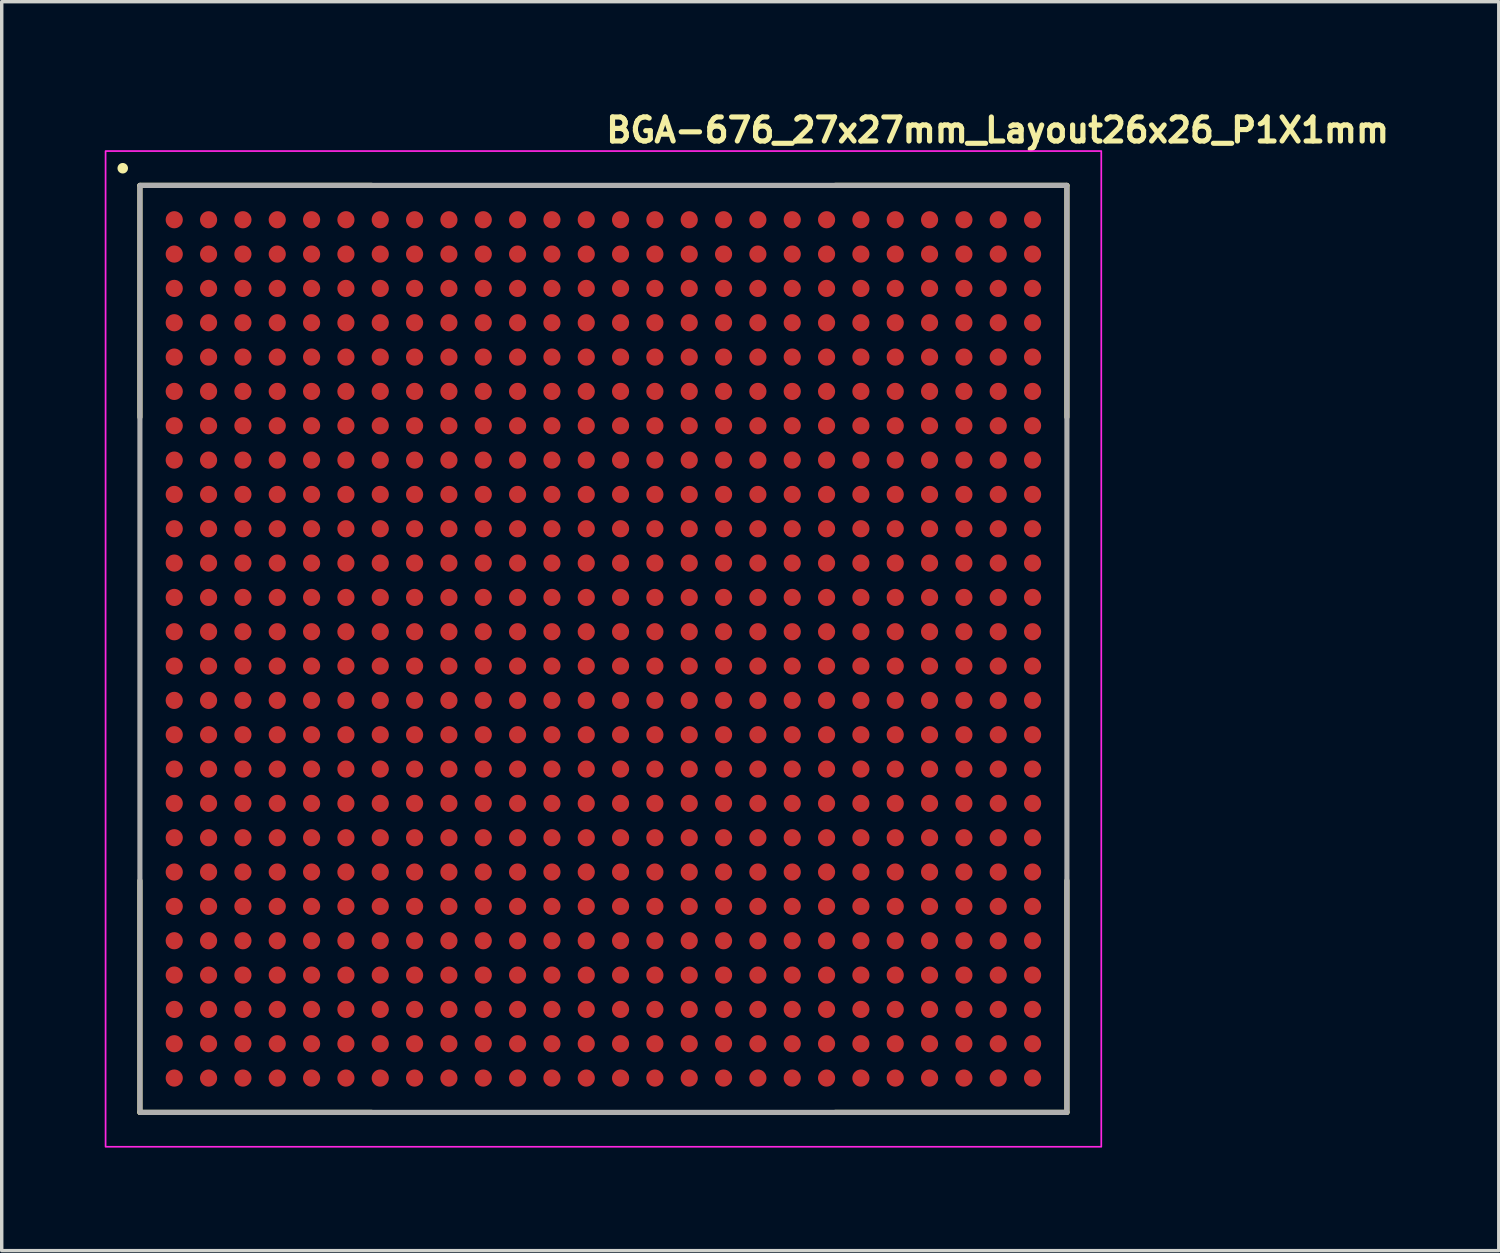
<source format=kicad_pcb>
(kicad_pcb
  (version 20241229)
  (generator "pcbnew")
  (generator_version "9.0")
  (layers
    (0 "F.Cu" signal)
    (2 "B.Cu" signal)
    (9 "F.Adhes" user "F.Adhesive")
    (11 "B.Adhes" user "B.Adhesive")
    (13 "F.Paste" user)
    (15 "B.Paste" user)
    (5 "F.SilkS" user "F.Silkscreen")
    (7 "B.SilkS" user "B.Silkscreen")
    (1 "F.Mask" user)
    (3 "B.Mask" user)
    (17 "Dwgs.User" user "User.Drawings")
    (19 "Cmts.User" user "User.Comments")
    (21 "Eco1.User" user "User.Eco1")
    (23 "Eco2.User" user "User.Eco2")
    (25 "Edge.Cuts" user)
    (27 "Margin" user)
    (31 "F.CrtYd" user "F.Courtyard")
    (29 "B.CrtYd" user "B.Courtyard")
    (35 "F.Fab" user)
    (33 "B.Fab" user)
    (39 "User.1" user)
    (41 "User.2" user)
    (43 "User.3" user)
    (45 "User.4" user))
  (footprint "BGA-676_27x27mm_Layout26x26_P1X1mm"
    (layer "F.Cu")
    (at 14.525 15.85)
    (property "Reference" "BGA-676_27x27mm_Layout26x26_P1X1mm" (at 0 -14.7 0) (layer "F.SilkS") (effects (font (size 0.7 0.7) (thickness 0.15)) (justify left bottom)))
    (attr smd)
    (fp_line (start -13.5 -13.5) (end -13.5 -6.75) (stroke (width 0.15) (type solid)) (layer "F.SilkS"))
    (fp_line (start -13.5 -13.5) (end -6.75 -13.5) (stroke (width 0.15) (type solid)) (layer "F.SilkS"))
    (fp_line (start -13.5 13.499) (end -13.5 6.749) (stroke (width 0.15) (type solid)) (layer "F.SilkS"))
    (fp_line (start -13.5 13.499) (end -6.75 13.499) (stroke (width 0.15) (type solid)) (layer "F.SilkS"))
    (fp_line (start 13.499 -13.5) (end 6.749 -13.5) (stroke (width 0.15) (type solid)) (layer "F.SilkS"))
    (fp_line (start 13.499 -13.5) (end 13.499 -6.75) (stroke (width 0.15) (type solid)) (layer "F.SilkS"))
    (fp_line (start 13.499 13.499) (end 6.749 13.499) (stroke (width 0.15) (type solid)) (layer "F.SilkS"))
    (fp_line (start 13.499 13.499) (end 13.499 6.749) (stroke (width 0.15) (type solid)) (layer "F.SilkS"))
    (fp_circle (center -14 -14) (end -13.95 -13.94) (stroke (width 0.15) (type solid)) (fill yes) (layer "F.SilkS"))
    (fp_rect (start -14.5 -14.5) (end 14.5 14.5) (stroke (width 0.05) (type solid)) (fill no) (layer "F.CrtYd"))
    (fp_rect (start -13.5 -13.5) (end 13.499 13.499) (stroke (width 0.15) (type solid)) (fill no) (layer "F.Fab"))
    (fp_rect (start -13.5 -13.5) (end 13.5 13.5) (stroke (width 0.1) (type solid)) (fill no) (layer "User.5"))
    (fp_line (start -13.5 -13.5) (end 13.499 -13.5) (stroke (width 0.02) (type solid)) (layer "User.9"))
    (fp_line (start -13.5 13.499) (end -13.5 -13.5) (stroke (width 0.02) (type solid)) (layer "User.9"))
    (fp_line (start -12.901 -12.901) (end -12.901 -11.7) (stroke (width 0.02) (type solid)) (layer "User.9"))
    (fp_line (start -12.901 -12.901) (end -12.901 -11.7) (stroke (width 0.02) (type solid)) (layer "User.9"))
    (fp_line (start -12.901 -11.7) (end -11.7 -12.901) (stroke (width 0.02) (type solid)) (layer "User.9"))
    (fp_line (start -12.901 -11.7) (end -11.7 -12.901) (stroke (width 0.02) (type solid)) (layer "User.9"))
    (fp_line (start -11.7 -12.901) (end -12.901 -12.901) (stroke (width 0.02) (type solid)) (layer "User.9"))
    (fp_line (start -11.7 -12.901) (end -12.901 -12.901) (stroke (width 0.02) (type solid)) (layer "User.9"))
    (fp_line (start -8.551 -9.401) (end -8.551 9.4) (stroke (width 0.02) (type solid)) (layer "User.9"))
    (fp_line (start -8.551 9.4) (end -8.549 9.449) (stroke (width 0.02) (type solid)) (layer "User.9"))
    (fp_line (start -8.549 -9.45) (end -8.551 -9.401) (stroke (width 0.02) (type solid)) (layer "User.9"))
    (fp_line (start -8.549 9.449) (end -8.546 9.498) (stroke (width 0.02) (type solid)) (layer "User.9"))
    (fp_line (start -8.546 -9.499) (end -8.549 -9.45) (stroke (width 0.02) (type solid)) (layer "User.9"))
    (fp_line (start -8.546 9.498) (end -8.54 9.547) (stroke (width 0.02) (type solid)) (layer "User.9"))
    (fp_line (start -8.54 -9.548) (end -8.546 -9.499) (stroke (width 0.02) (type solid)) (layer "User.9"))
    (fp_line (start -8.54 9.547) (end -8.531 9.596) (stroke (width 0.02) (type solid)) (layer "User.9"))
    (fp_line (start -8.531 -9.597) (end -8.54 -9.548) (stroke (width 0.02) (type solid)) (layer "User.9"))
    (fp_line (start -8.531 9.596) (end -8.52 9.643) (stroke (width 0.02) (type solid)) (layer "User.9"))
    (fp_line (start -8.52 -9.644) (end -8.531 -9.597) (stroke (width 0.02) (type solid)) (layer "User.9"))
    (fp_line (start -8.52 9.643) (end -8.507 9.69) (stroke (width 0.02) (type solid)) (layer "User.9"))
    (fp_line (start -8.507 -9.691) (end -8.52 -9.644) (stroke (width 0.02) (type solid)) (layer "User.9"))
    (fp_line (start -8.507 9.69) (end -8.492 9.737) (stroke (width 0.02) (type solid)) (layer "User.9"))
    (fp_line (start -8.492 -9.738) (end -8.507 -9.691) (stroke (width 0.02) (type solid)) (layer "User.9"))
    (fp_line (start -8.492 9.737) (end -8.474 9.782) (stroke (width 0.02) (type solid)) (layer "User.9"))
    (fp_line (start -8.474 -9.783) (end -8.492 -9.738) (stroke (width 0.02) (type solid)) (layer "User.9"))
    (fp_line (start -8.474 9.782) (end -8.455 9.827) (stroke (width 0.02) (type solid)) (layer "User.9"))
    (fp_line (start -8.455 -9.828) (end -8.474 -9.783) (stroke (width 0.02) (type solid)) (layer "User.9"))
    (fp_line (start -8.455 9.827) (end -8.433 9.87) (stroke (width 0.02) (type solid)) (layer "User.9"))
    (fp_line (start -8.433 -9.871) (end -8.455 -9.828) (stroke (width 0.02) (type solid)) (layer "User.9"))
    (fp_line (start -8.433 9.87) (end -8.409 9.913) (stroke (width 0.02) (type solid)) (layer "User.9"))
    (fp_line (start -8.409 -9.914) (end -8.433 -9.871) (stroke (width 0.02) (type solid)) (layer "User.9"))
    (fp_line (start -8.409 9.913) (end -8.382 9.954) (stroke (width 0.02) (type solid)) (layer "User.9"))
    (fp_line (start -8.382 -9.955) (end -8.409 -9.914) (stroke (width 0.02) (type solid)) (layer "User.9"))
    (fp_line (start -8.382 9.954) (end -8.354 9.994) (stroke (width 0.02) (type solid)) (layer "User.9"))
    (fp_line (start -8.354 -9.995) (end -8.382 -9.955) (stroke (width 0.02) (type solid)) (layer "User.9"))
    (fp_line (start -8.354 9.994) (end -8.324 10.033) (stroke (width 0.02) (type solid)) (layer "User.9"))
    (fp_line (start -8.324 -10.034) (end -8.354 -9.995) (stroke (width 0.02) (type solid)) (layer "User.9"))
    (fp_line (start -8.324 10.033) (end -8.292 10.071) (stroke (width 0.02) (type solid)) (layer "User.9"))
    (fp_line (start -8.292 -10.072) (end -8.324 -10.034) (stroke (width 0.02) (type solid)) (layer "User.9"))
    (fp_line (start -8.292 10.071) (end -8.258 10.107) (stroke (width 0.02) (type solid)) (layer "User.9"))
    (fp_line (start -8.258 -10.108) (end -8.292 -10.072) (stroke (width 0.02) (type solid)) (layer "User.9"))
    (fp_line (start -8.258 -10.108) (end -8.258 -10.108) (stroke (width 0.02) (type solid)) (layer "User.9"))
    (fp_line (start -8.258 10.107) (end -8.258 10.107) (stroke (width 0.02) (type solid)) (layer "User.9"))
    (fp_line (start -8.258 10.107) (end -8.222 10.141) (stroke (width 0.02) (type solid)) (layer "User.9"))
    (fp_line (start -8.222 -10.142) (end -8.258 -10.108) (stroke (width 0.02) (type solid)) (layer "User.9"))
    (fp_line (start -8.222 10.141) (end -8.184 10.173) (stroke (width 0.02) (type solid)) (layer "User.9"))
    (fp_line (start -8.184 -10.174) (end -8.222 -10.142) (stroke (width 0.02) (type solid)) (layer "User.9"))
    (fp_line (start -8.184 10.173) (end -8.145 10.203) (stroke (width 0.02) (type solid)) (layer "User.9"))
    (fp_line (start -8.145 -10.204) (end -8.184 -10.174) (stroke (width 0.02) (type solid)) (layer "User.9"))
    (fp_line (start -8.145 10.203) (end -8.105 10.231) (stroke (width 0.02) (type solid)) (layer "User.9"))
    (fp_line (start -8.105 -10.232) (end -8.145 -10.204) (stroke (width 0.02) (type solid)) (layer "User.9"))
    (fp_line (start -8.105 10.231) (end -8.064 10.258) (stroke (width 0.02) (type solid)) (layer "User.9"))
    (fp_line (start -8.064 -10.259) (end -8.105 -10.232) (stroke (width 0.02) (type solid)) (layer "User.9"))
    (fp_line (start -8.064 10.258) (end -8.021 10.282) (stroke (width 0.02) (type solid)) (layer "User.9"))
    (fp_line (start -8.021 -10.283) (end -8.064 -10.259) (stroke (width 0.02) (type solid)) (layer "User.9"))
    (fp_line (start -8.021 10.282) (end -7.978 10.304) (stroke (width 0.02) (type solid)) (layer "User.9"))
    (fp_line (start -7.978 -10.305) (end -8.021 -10.283) (stroke (width 0.02) (type solid)) (layer "User.9"))
    (fp_line (start -7.978 10.304) (end -7.933 10.323) (stroke (width 0.02) (type solid)) (layer "User.9"))
    (fp_line (start -7.933 -10.324) (end -7.978 -10.305) (stroke (width 0.02) (type solid)) (layer "User.9"))
    (fp_line (start -7.933 10.323) (end -7.888 10.341) (stroke (width 0.02) (type solid)) (layer "User.9"))
    (fp_line (start -7.888 -10.342) (end -7.933 -10.324) (stroke (width 0.02) (type solid)) (layer "User.9"))
    (fp_line (start -7.888 10.341) (end -7.841 10.356) (stroke (width 0.02) (type solid)) (layer "User.9"))
    (fp_line (start -7.841 -10.357) (end -7.888 -10.342) (stroke (width 0.02) (type solid)) (layer "User.9"))
    (fp_line (start -7.841 10.356) (end -7.794 10.369) (stroke (width 0.02) (type solid)) (layer "User.9"))
    (fp_line (start -7.794 -10.37) (end -7.841 -10.357) (stroke (width 0.02) (type solid)) (layer "User.9"))
    (fp_line (start -7.794 10.369) (end -7.747 10.38) (stroke (width 0.02) (type solid)) (layer "User.9"))
    (fp_line (start -7.747 -10.381) (end -7.794 -10.37) (stroke (width 0.02) (type solid)) (layer "User.9"))
    (fp_line (start -7.747 10.38) (end -7.698 10.389) (stroke (width 0.02) (type solid)) (layer "User.9"))
    (fp_line (start -7.698 -10.39) (end -7.747 -10.381) (stroke (width 0.02) (type solid)) (layer "User.9"))
    (fp_line (start -7.698 10.389) (end -7.649 10.395) (stroke (width 0.02) (type solid)) (layer "User.9"))
    (fp_line (start -7.649 -10.396) (end -7.698 -10.39) (stroke (width 0.02) (type solid)) (layer "User.9"))
    (fp_line (start -7.649 10.395) (end -7.6 10.398) (stroke (width 0.02) (type solid)) (layer "User.9"))
    (fp_line (start -7.6 -10.399) (end -7.649 -10.396) (stroke (width 0.02) (type solid)) (layer "User.9"))
    (fp_line (start -7.6 10.398) (end -7.55 10.4) (stroke (width 0.02) (type solid)) (layer "User.9"))
    (fp_line (start -7.55 -10.401) (end -7.6 -10.399) (stroke (width 0.02) (type solid)) (layer "User.9"))
    (fp_line (start -7.55 10.4) (end 7.549 10.4) (stroke (width 0.02) (type solid)) (layer "User.9"))
    (fp_line (start -5.55 -8.401) (end -5.55 8.4) (stroke (width 0.02) (type solid)) (layer "User.9"))
    (fp_line (start -5.55 8.4) (end 5.549 8.4) (stroke (width 0.02) (type solid)) (layer "User.9"))
    (fp_line (start 5.549 -8.401) (end -5.55 -8.401) (stroke (width 0.02) (type solid)) (layer "User.9"))
    (fp_line (start 5.549 8.4) (end 5.549 -8.401) (stroke (width 0.02) (type solid)) (layer "User.9"))
    (fp_line (start 7.549 -10.401) (end -7.55 -10.401) (stroke (width 0.02) (type solid)) (layer "User.9"))
    (fp_line (start 7.549 10.4) (end 7.599 10.398) (stroke (width 0.02) (type solid)) (layer "User.9"))
    (fp_line (start 7.599 -10.399) (end 7.549 -10.401) (stroke (width 0.02) (type solid)) (layer "User.9"))
    (fp_line (start 7.599 10.398) (end 7.648 10.395) (stroke (width 0.02) (type solid)) (layer "User.9"))
    (fp_line (start 7.648 -10.396) (end 7.599 -10.399) (stroke (width 0.02) (type solid)) (layer "User.9"))
    (fp_line (start 7.648 10.395) (end 7.697 10.389) (stroke (width 0.02) (type solid)) (layer "User.9"))
    (fp_line (start 7.697 -10.39) (end 7.648 -10.396) (stroke (width 0.02) (type solid)) (layer "User.9"))
    (fp_line (start 7.697 10.389) (end 7.746 10.38) (stroke (width 0.02) (type solid)) (layer "User.9"))
    (fp_line (start 7.746 -10.381) (end 7.697 -10.39) (stroke (width 0.02) (type solid)) (layer "User.9"))
    (fp_line (start 7.746 10.38) (end 7.793 10.369) (stroke (width 0.02) (type solid)) (layer "User.9"))
    (fp_line (start 7.793 -10.37) (end 7.746 -10.381) (stroke (width 0.02) (type solid)) (layer "User.9"))
    (fp_line (start 7.793 10.369) (end 7.84 10.356) (stroke (width 0.02) (type solid)) (layer "User.9"))
    (fp_line (start 7.84 -10.357) (end 7.793 -10.37) (stroke (width 0.02) (type solid)) (layer "User.9"))
    (fp_line (start 7.84 10.356) (end 7.887 10.341) (stroke (width 0.02) (type solid)) (layer "User.9"))
    (fp_line (start 7.887 -10.342) (end 7.84 -10.357) (stroke (width 0.02) (type solid)) (layer "User.9"))
    (fp_line (start 7.887 10.341) (end 7.932 10.323) (stroke (width 0.02) (type solid)) (layer "User.9"))
    (fp_line (start 7.932 -10.324) (end 7.887 -10.342) (stroke (width 0.02) (type solid)) (layer "User.9"))
    (fp_line (start 7.932 10.323) (end 7.977 10.304) (stroke (width 0.02) (type solid)) (layer "User.9"))
    (fp_line (start 7.977 -10.305) (end 7.932 -10.324) (stroke (width 0.02) (type solid)) (layer "User.9"))
    (fp_line (start 7.977 10.304) (end 8.02 10.282) (stroke (width 0.02) (type solid)) (layer "User.9"))
    (fp_line (start 8.02 -10.283) (end 7.977 -10.305) (stroke (width 0.02) (type solid)) (layer "User.9"))
    (fp_line (start 8.02 10.282) (end 8.063 10.258) (stroke (width 0.02) (type solid)) (layer "User.9"))
    (fp_line (start 8.063 -10.259) (end 8.02 -10.283) (stroke (width 0.02) (type solid)) (layer "User.9"))
    (fp_line (start 8.063 10.258) (end 8.104 10.231) (stroke (width 0.02) (type solid)) (layer "User.9"))
    (fp_line (start 8.104 -10.232) (end 8.063 -10.259) (stroke (width 0.02) (type solid)) (layer "User.9"))
    (fp_line (start 8.104 10.231) (end 8.144 10.203) (stroke (width 0.02) (type solid)) (layer "User.9"))
    (fp_line (start 8.144 -10.204) (end 8.104 -10.232) (stroke (width 0.02) (type solid)) (layer "User.9"))
    (fp_line (start 8.144 10.203) (end 8.183 10.173) (stroke (width 0.02) (type solid)) (layer "User.9"))
    (fp_line (start 8.183 -10.174) (end 8.144 -10.204) (stroke (width 0.02) (type solid)) (layer "User.9"))
    (fp_line (start 8.183 10.173) (end 8.221 10.141) (stroke (width 0.02) (type solid)) (layer "User.9"))
    (fp_line (start 8.221 -10.142) (end 8.183 -10.174) (stroke (width 0.02) (type solid)) (layer "User.9"))
    (fp_line (start 8.221 10.141) (end 8.257 10.107) (stroke (width 0.02) (type solid)) (layer "User.9"))
    (fp_line (start 8.257 -10.108) (end 8.221 -10.142) (stroke (width 0.02) (type solid)) (layer "User.9"))
    (fp_line (start 8.257 -10.108) (end 8.257 -10.108) (stroke (width 0.02) (type solid)) (layer "User.9"))
    (fp_line (start 8.257 10.107) (end 8.257 10.107) (stroke (width 0.02) (type solid)) (layer "User.9"))
    (fp_line (start 8.257 10.107) (end 8.291 10.071) (stroke (width 0.02) (type solid)) (layer "User.9"))
    (fp_line (start 8.291 -10.072) (end 8.257 -10.108) (stroke (width 0.02) (type solid)) (layer "User.9"))
    (fp_line (start 8.291 10.071) (end 8.323 10.033) (stroke (width 0.02) (type solid)) (layer "User.9"))
    (fp_line (start 8.323 -10.034) (end 8.291 -10.072) (stroke (width 0.02) (type solid)) (layer "User.9"))
    (fp_line (start 8.323 10.033) (end 8.353 9.994) (stroke (width 0.02) (type solid)) (layer "User.9"))
    (fp_line (start 8.353 -9.995) (end 8.323 -10.034) (stroke (width 0.02) (type solid)) (layer "User.9"))
    (fp_line (start 8.353 9.994) (end 8.381 9.954) (stroke (width 0.02) (type solid)) (layer "User.9"))
    (fp_line (start 8.381 -9.955) (end 8.353 -9.995) (stroke (width 0.02) (type solid)) (layer "User.9"))
    (fp_line (start 8.381 9.954) (end 8.408 9.913) (stroke (width 0.02) (type solid)) (layer "User.9"))
    (fp_line (start 8.408 -9.914) (end 8.381 -9.955) (stroke (width 0.02) (type solid)) (layer "User.9"))
    (fp_line (start 8.408 9.913) (end 8.432 9.87) (stroke (width 0.02) (type solid)) (layer "User.9"))
    (fp_line (start 8.432 -9.871) (end 8.408 -9.914) (stroke (width 0.02) (type solid)) (layer "User.9"))
    (fp_line (start 8.432 9.87) (end 8.454 9.827) (stroke (width 0.02) (type solid)) (layer "User.9"))
    (fp_line (start 8.454 -9.828) (end 8.432 -9.871) (stroke (width 0.02) (type solid)) (layer "User.9"))
    (fp_line (start 8.454 9.827) (end 8.473 9.782) (stroke (width 0.02) (type solid)) (layer "User.9"))
    (fp_line (start 8.473 -9.783) (end 8.454 -9.828) (stroke (width 0.02) (type solid)) (layer "User.9"))
    (fp_line (start 8.473 9.782) (end 8.491 9.737) (stroke (width 0.02) (type solid)) (layer "User.9"))
    (fp_line (start 8.491 -9.738) (end 8.473 -9.783) (stroke (width 0.02) (type solid)) (layer "User.9"))
    (fp_line (start 8.491 9.737) (end 8.506 9.69) (stroke (width 0.02) (type solid)) (layer "User.9"))
    (fp_line (start 8.506 -9.691) (end 8.491 -9.738) (stroke (width 0.02) (type solid)) (layer "User.9"))
    (fp_line (start 8.506 9.69) (end 8.519 9.643) (stroke (width 0.02) (type solid)) (layer "User.9"))
    (fp_line (start 8.519 -9.644) (end 8.506 -9.691) (stroke (width 0.02) (type solid)) (layer "User.9"))
    (fp_line (start 8.519 9.643) (end 8.53 9.596) (stroke (width 0.02) (type solid)) (layer "User.9"))
    (fp_line (start 8.53 -9.597) (end 8.519 -9.644) (stroke (width 0.02) (type solid)) (layer "User.9"))
    (fp_line (start 8.53 9.596) (end 8.539 9.547) (stroke (width 0.02) (type solid)) (layer "User.9"))
    (fp_line (start 8.539 -9.548) (end 8.53 -9.597) (stroke (width 0.02) (type solid)) (layer "User.9"))
    (fp_line (start 8.539 9.547) (end 8.545 9.498) (stroke (width 0.02) (type solid)) (layer "User.9"))
    (fp_line (start 8.545 -9.499) (end 8.539 -9.548) (stroke (width 0.02) (type solid)) (layer "User.9"))
    (fp_line (start 8.545 9.498) (end 8.548 9.449) (stroke (width 0.02) (type solid)) (layer "User.9"))
    (fp_line (start 8.548 -9.45) (end 8.545 -9.499) (stroke (width 0.02) (type solid)) (layer "User.9"))
    (fp_line (start 8.548 9.449) (end 8.55 9.4) (stroke (width 0.02) (type solid)) (layer "User.9"))
    (fp_line (start 8.55 -9.401) (end 8.548 -9.45) (stroke (width 0.02) (type solid)) (layer "User.9"))
    (fp_line (start 8.55 9.4) (end 8.55 -9.401) (stroke (width 0.02) (type solid)) (layer "User.9"))
    (fp_line (start 13.499 -13.5) (end 13.499 13.499) (stroke (width 0.02) (type solid)) (layer "User.9"))
    (fp_line (start 13.499 13.499) (end -13.5 13.499) (stroke (width 0.02) (type solid)) (layer "User.9"))
    (pad "A1" smd circle (at -12.5 -12.5) (size 0.5 0.5) (layers "F.Cu" "F.Mask" "F.Paste"))
    (pad "A2" smd circle (at -11.5 -12.5) (size 0.5 0.5) (layers "F.Cu" "F.Mask" "F.Paste"))
    (pad "A3" smd circle (at -10.5 -12.5) (size 0.5 0.5) (layers "F.Cu" "F.Mask" "F.Paste"))
    (pad "A4" smd circle (at -9.5 -12.5) (size 0.5 0.5) (layers "F.Cu" "F.Mask" "F.Paste"))
    (pad "A5" smd circle (at -8.5 -12.5) (size 0.5 0.5) (layers "F.Cu" "F.Mask" "F.Paste"))
    (pad "A6" smd circle (at -7.5 -12.5) (size 0.5 0.5) (layers "F.Cu" "F.Mask" "F.Paste"))
    (pad "A7" smd circle (at -6.5 -12.5) (size 0.5 0.5) (layers "F.Cu" "F.Mask" "F.Paste"))
    (pad "A8" smd circle (at -5.5 -12.5) (size 0.5 0.5) (layers "F.Cu" "F.Mask" "F.Paste"))
    (pad "A9" smd circle (at -4.5 -12.5) (size 0.5 0.5) (layers "F.Cu" "F.Mask" "F.Paste"))
    (pad "A10" smd circle (at -3.5 -12.5) (size 0.5 0.5) (layers "F.Cu" "F.Mask" "F.Paste"))
    (pad "A11" smd circle (at -2.5 -12.5) (size 0.5 0.5) (layers "F.Cu" "F.Mask" "F.Paste"))
    (pad "A12" smd circle (at -1.5 -12.5) (size 0.5 0.5) (layers "F.Cu" "F.Mask" "F.Paste"))
    (pad "A13" smd circle (at -0.5 -12.5) (size 0.5 0.5) (layers "F.Cu" "F.Mask" "F.Paste"))
    (pad "A14" smd circle (at 0.499 -12.5) (size 0.5 0.5) (layers "F.Cu" "F.Mask" "F.Paste"))
    (pad "A15" smd circle (at 1.499 -12.5) (size 0.5 0.5) (layers "F.Cu" "F.Mask" "F.Paste"))
    (pad "A16" smd circle (at 2.499 -12.5) (size 0.5 0.5) (layers "F.Cu" "F.Mask" "F.Paste"))
    (pad "A17" smd circle (at 3.499 -12.5) (size 0.5 0.5) (layers "F.Cu" "F.Mask" "F.Paste"))
    (pad "A18" smd circle (at 4.499 -12.5) (size 0.5 0.5) (layers "F.Cu" "F.Mask" "F.Paste"))
    (pad "A19" smd circle (at 5.499 -12.5) (size 0.5 0.5) (layers "F.Cu" "F.Mask" "F.Paste"))
    (pad "A20" smd circle (at 6.499 -12.5) (size 0.5 0.5) (layers "F.Cu" "F.Mask" "F.Paste"))
    (pad "A21" smd circle (at 7.499 -12.5) (size 0.5 0.5) (layers "F.Cu" "F.Mask" "F.Paste"))
    (pad "A22" smd circle (at 8.499 -12.5) (size 0.5 0.5) (layers "F.Cu" "F.Mask" "F.Paste"))
    (pad "A23" smd circle (at 9.499 -12.5) (size 0.5 0.5) (layers "F.Cu" "F.Mask" "F.Paste"))
    (pad "A24" smd circle (at 10.499 -12.5) (size 0.5 0.5) (layers "F.Cu" "F.Mask" "F.Paste"))
    (pad "A25" smd circle (at 11.499 -12.5) (size 0.5 0.5) (layers "F.Cu" "F.Mask" "F.Paste"))
    (pad "A26" smd circle (at 12.499 -12.5) (size 0.5 0.5) (layers "F.Cu" "F.Mask" "F.Paste"))
    (pad "AA1" smd circle (at -12.5 7.499) (size 0.5 0.5) (layers "F.Cu" "F.Mask" "F.Paste"))
    (pad "AA2" smd circle (at -11.5 7.499) (size 0.5 0.5) (layers "F.Cu" "F.Mask" "F.Paste"))
    (pad "AA3" smd circle (at -10.5 7.499) (size 0.5 0.5) (layers "F.Cu" "F.Mask" "F.Paste"))
    (pad "AA4" smd circle (at -9.5 7.499) (size 0.5 0.5) (layers "F.Cu" "F.Mask" "F.Paste"))
    (pad "AA5" smd circle (at -8.5 7.499) (size 0.5 0.5) (layers "F.Cu" "F.Mask" "F.Paste"))
    (pad "AA6" smd circle (at -7.5 7.499) (size 0.5 0.5) (layers "F.Cu" "F.Mask" "F.Paste"))
    (pad "AA7" smd circle (at -6.5 7.499) (size 0.5 0.5) (layers "F.Cu" "F.Mask" "F.Paste"))
    (pad "AA8" smd circle (at -5.5 7.499) (size 0.5 0.5) (layers "F.Cu" "F.Mask" "F.Paste"))
    (pad "AA9" smd circle (at -4.5 7.499) (size 0.5 0.5) (layers "F.Cu" "F.Mask" "F.Paste"))
    (pad "AA10" smd circle (at -3.5 7.499) (size 0.5 0.5) (layers "F.Cu" "F.Mask" "F.Paste"))
    (pad "AA11" smd circle (at -2.5 7.499) (size 0.5 0.5) (layers "F.Cu" "F.Mask" "F.Paste"))
    (pad "AA12" smd circle (at -1.5 7.499) (size 0.5 0.5) (layers "F.Cu" "F.Mask" "F.Paste"))
    (pad "AA13" smd circle (at -0.5 7.499) (size 0.5 0.5) (layers "F.Cu" "F.Mask" "F.Paste"))
    (pad "AA14" smd circle (at 0.499 7.499) (size 0.5 0.5) (layers "F.Cu" "F.Mask" "F.Paste"))
    (pad "AA15" smd circle (at 1.499 7.499) (size 0.5 0.5) (layers "F.Cu" "F.Mask" "F.Paste"))
    (pad "AA16" smd circle (at 2.499 7.499) (size 0.5 0.5) (layers "F.Cu" "F.Mask" "F.Paste"))
    (pad "AA17" smd circle (at 3.499 7.499) (size 0.5 0.5) (layers "F.Cu" "F.Mask" "F.Paste"))
    (pad "AA18" smd circle (at 4.499 7.499) (size 0.5 0.5) (layers "F.Cu" "F.Mask" "F.Paste"))
    (pad "AA19" smd circle (at 5.499 7.499) (size 0.5 0.5) (layers "F.Cu" "F.Mask" "F.Paste"))
    (pad "AA20" smd circle (at 6.499 7.499) (size 0.5 0.5) (layers "F.Cu" "F.Mask" "F.Paste"))
    (pad "AA21" smd circle (at 7.499 7.499) (size 0.5 0.5) (layers "F.Cu" "F.Mask" "F.Paste"))
    (pad "AA22" smd circle (at 8.499 7.499) (size 0.5 0.5) (layers "F.Cu" "F.Mask" "F.Paste"))
    (pad "AA23" smd circle (at 9.499 7.499) (size 0.5 0.5) (layers "F.Cu" "F.Mask" "F.Paste"))
    (pad "AA24" smd circle (at 10.499 7.499) (size 0.5 0.5) (layers "F.Cu" "F.Mask" "F.Paste"))
    (pad "AA25" smd circle (at 11.499 7.499) (size 0.5 0.5) (layers "F.Cu" "F.Mask" "F.Paste"))
    (pad "AA26" smd circle (at 12.499 7.499) (size 0.5 0.5) (layers "F.Cu" "F.Mask" "F.Paste"))
    (pad "AB1" smd circle (at -12.5 8.499) (size 0.5 0.5) (layers "F.Cu" "F.Mask" "F.Paste"))
    (pad "AB2" smd circle (at -11.5 8.499) (size 0.5 0.5) (layers "F.Cu" "F.Mask" "F.Paste"))
    (pad "AB3" smd circle (at -10.5 8.499) (size 0.5 0.5) (layers "F.Cu" "F.Mask" "F.Paste"))
    (pad "AB4" smd circle (at -9.5 8.499) (size 0.5 0.5) (layers "F.Cu" "F.Mask" "F.Paste"))
    (pad "AB5" smd circle (at -8.5 8.499) (size 0.5 0.5) (layers "F.Cu" "F.Mask" "F.Paste"))
    (pad "AB6" smd circle (at -7.5 8.499) (size 0.5 0.5) (layers "F.Cu" "F.Mask" "F.Paste"))
    (pad "AB7" smd circle (at -6.5 8.499) (size 0.5 0.5) (layers "F.Cu" "F.Mask" "F.Paste"))
    (pad "AB8" smd circle (at -5.5 8.499) (size 0.5 0.5) (layers "F.Cu" "F.Mask" "F.Paste"))
    (pad "AB9" smd circle (at -4.5 8.499) (size 0.5 0.5) (layers "F.Cu" "F.Mask" "F.Paste"))
    (pad "AB10" smd circle (at -3.5 8.499) (size 0.5 0.5) (layers "F.Cu" "F.Mask" "F.Paste"))
    (pad "AB11" smd circle (at -2.5 8.499) (size 0.5 0.5) (layers "F.Cu" "F.Mask" "F.Paste"))
    (pad "AB12" smd circle (at -1.5 8.499) (size 0.5 0.5) (layers "F.Cu" "F.Mask" "F.Paste"))
    (pad "AB13" smd circle (at -0.5 8.499) (size 0.5 0.5) (layers "F.Cu" "F.Mask" "F.Paste"))
    (pad "AB14" smd circle (at 0.499 8.499) (size 0.5 0.5) (layers "F.Cu" "F.Mask" "F.Paste"))
    (pad "AB15" smd circle (at 1.499 8.499) (size 0.5 0.5) (layers "F.Cu" "F.Mask" "F.Paste"))
    (pad "AB16" smd circle (at 2.499 8.499) (size 0.5 0.5) (layers "F.Cu" "F.Mask" "F.Paste"))
    (pad "AB17" smd circle (at 3.499 8.499) (size 0.5 0.5) (layers "F.Cu" "F.Mask" "F.Paste"))
    (pad "AB18" smd circle (at 4.499 8.499) (size 0.5 0.5) (layers "F.Cu" "F.Mask" "F.Paste"))
    (pad "AB19" smd circle (at 5.499 8.499) (size 0.5 0.5) (layers "F.Cu" "F.Mask" "F.Paste"))
    (pad "AB20" smd circle (at 6.499 8.499) (size 0.5 0.5) (layers "F.Cu" "F.Mask" "F.Paste"))
    (pad "AB21" smd circle (at 7.499 8.499) (size 0.5 0.5) (layers "F.Cu" "F.Mask" "F.Paste"))
    (pad "AB22" smd circle (at 8.499 8.499) (size 0.5 0.5) (layers "F.Cu" "F.Mask" "F.Paste"))
    (pad "AB23" smd circle (at 9.499 8.499) (size 0.5 0.5) (layers "F.Cu" "F.Mask" "F.Paste"))
    (pad "AB24" smd circle (at 10.499 8.499) (size 0.5 0.5) (layers "F.Cu" "F.Mask" "F.Paste"))
    (pad "AB25" smd circle (at 11.499 8.499) (size 0.5 0.5) (layers "F.Cu" "F.Mask" "F.Paste"))
    (pad "AB26" smd circle (at 12.499 8.499) (size 0.5 0.5) (layers "F.Cu" "F.Mask" "F.Paste"))
    (pad "AC1" smd circle (at -12.5 9.499) (size 0.5 0.5) (layers "F.Cu" "F.Mask" "F.Paste"))
    (pad "AC2" smd circle (at -11.5 9.499) (size 0.5 0.5) (layers "F.Cu" "F.Mask" "F.Paste"))
    (pad "AC3" smd circle (at -10.5 9.499) (size 0.5 0.5) (layers "F.Cu" "F.Mask" "F.Paste"))
    (pad "AC4" smd circle (at -9.5 9.499) (size 0.5 0.5) (layers "F.Cu" "F.Mask" "F.Paste"))
    (pad "AC5" smd circle (at -8.5 9.499) (size 0.5 0.5) (layers "F.Cu" "F.Mask" "F.Paste"))
    (pad "AC6" smd circle (at -7.5 9.499) (size 0.5 0.5) (layers "F.Cu" "F.Mask" "F.Paste"))
    (pad "AC7" smd circle (at -6.5 9.499) (size 0.5 0.5) (layers "F.Cu" "F.Mask" "F.Paste"))
    (pad "AC8" smd circle (at -5.5 9.499) (size 0.5 0.5) (layers "F.Cu" "F.Mask" "F.Paste"))
    (pad "AC9" smd circle (at -4.5 9.499) (size 0.5 0.5) (layers "F.Cu" "F.Mask" "F.Paste"))
    (pad "AC10" smd circle (at -3.5 9.499) (size 0.5 0.5) (layers "F.Cu" "F.Mask" "F.Paste"))
    (pad "AC11" smd circle (at -2.5 9.499) (size 0.5 0.5) (layers "F.Cu" "F.Mask" "F.Paste"))
    (pad "AC12" smd circle (at -1.5 9.499) (size 0.5 0.5) (layers "F.Cu" "F.Mask" "F.Paste"))
    (pad "AC13" smd circle (at -0.5 9.499) (size 0.5 0.5) (layers "F.Cu" "F.Mask" "F.Paste"))
    (pad "AC14" smd circle (at 0.499 9.499) (size 0.5 0.5) (layers "F.Cu" "F.Mask" "F.Paste"))
    (pad "AC15" smd circle (at 1.499 9.499) (size 0.5 0.5) (layers "F.Cu" "F.Mask" "F.Paste"))
    (pad "AC16" smd circle (at 2.499 9.499) (size 0.5 0.5) (layers "F.Cu" "F.Mask" "F.Paste"))
    (pad "AC17" smd circle (at 3.499 9.499) (size 0.5 0.5) (layers "F.Cu" "F.Mask" "F.Paste"))
    (pad "AC18" smd circle (at 4.499 9.499) (size 0.5 0.5) (layers "F.Cu" "F.Mask" "F.Paste"))
    (pad "AC19" smd circle (at 5.499 9.499) (size 0.5 0.5) (layers "F.Cu" "F.Mask" "F.Paste"))
    (pad "AC20" smd circle (at 6.499 9.499) (size 0.5 0.5) (layers "F.Cu" "F.Mask" "F.Paste"))
    (pad "AC21" smd circle (at 7.499 9.499) (size 0.5 0.5) (layers "F.Cu" "F.Mask" "F.Paste"))
    (pad "AC22" smd circle (at 8.499 9.499) (size 0.5 0.5) (layers "F.Cu" "F.Mask" "F.Paste"))
    (pad "AC23" smd circle (at 9.499 9.499) (size 0.5 0.5) (layers "F.Cu" "F.Mask" "F.Paste"))
    (pad "AC24" smd circle (at 10.499 9.499) (size 0.5 0.5) (layers "F.Cu" "F.Mask" "F.Paste"))
    (pad "AC25" smd circle (at 11.499 9.499) (size 0.5 0.5) (layers "F.Cu" "F.Mask" "F.Paste"))
    (pad "AC26" smd circle (at 12.499 9.499) (size 0.5 0.5) (layers "F.Cu" "F.Mask" "F.Paste"))
    (pad "AD1" smd circle (at -12.5 10.499) (size 0.5 0.5) (layers "F.Cu" "F.Mask" "F.Paste"))
    (pad "AD2" smd circle (at -11.5 10.499) (size 0.5 0.5) (layers "F.Cu" "F.Mask" "F.Paste"))
    (pad "AD3" smd circle (at -10.5 10.499) (size 0.5 0.5) (layers "F.Cu" "F.Mask" "F.Paste"))
    (pad "AD4" smd circle (at -9.5 10.499) (size 0.5 0.5) (layers "F.Cu" "F.Mask" "F.Paste"))
    (pad "AD5" smd circle (at -8.5 10.499) (size 0.5 0.5) (layers "F.Cu" "F.Mask" "F.Paste"))
    (pad "AD6" smd circle (at -7.5 10.499) (size 0.5 0.5) (layers "F.Cu" "F.Mask" "F.Paste"))
    (pad "AD7" smd circle (at -6.5 10.499) (size 0.5 0.5) (layers "F.Cu" "F.Mask" "F.Paste"))
    (pad "AD8" smd circle (at -5.5 10.499) (size 0.5 0.5) (layers "F.Cu" "F.Mask" "F.Paste"))
    (pad "AD9" smd circle (at -4.5 10.499) (size 0.5 0.5) (layers "F.Cu" "F.Mask" "F.Paste"))
    (pad "AD10" smd circle (at -3.5 10.499) (size 0.5 0.5) (layers "F.Cu" "F.Mask" "F.Paste"))
    (pad "AD11" smd circle (at -2.5 10.499) (size 0.5 0.5) (layers "F.Cu" "F.Mask" "F.Paste"))
    (pad "AD12" smd circle (at -1.5 10.499) (size 0.5 0.5) (layers "F.Cu" "F.Mask" "F.Paste"))
    (pad "AD13" smd circle (at -0.5 10.499) (size 0.5 0.5) (layers "F.Cu" "F.Mask" "F.Paste"))
    (pad "AD14" smd circle (at 0.499 10.499) (size 0.5 0.5) (layers "F.Cu" "F.Mask" "F.Paste"))
    (pad "AD15" smd circle (at 1.499 10.499) (size 0.5 0.5) (layers "F.Cu" "F.Mask" "F.Paste"))
    (pad "AD16" smd circle (at 2.499 10.499) (size 0.5 0.5) (layers "F.Cu" "F.Mask" "F.Paste"))
    (pad "AD17" smd circle (at 3.499 10.499) (size 0.5 0.5) (layers "F.Cu" "F.Mask" "F.Paste"))
    (pad "AD18" smd circle (at 4.499 10.499) (size 0.5 0.5) (layers "F.Cu" "F.Mask" "F.Paste"))
    (pad "AD19" smd circle (at 5.499 10.499) (size 0.5 0.5) (layers "F.Cu" "F.Mask" "F.Paste"))
    (pad "AD20" smd circle (at 6.499 10.499) (size 0.5 0.5) (layers "F.Cu" "F.Mask" "F.Paste"))
    (pad "AD21" smd circle (at 7.499 10.499) (size 0.5 0.5) (layers "F.Cu" "F.Mask" "F.Paste"))
    (pad "AD22" smd circle (at 8.499 10.499) (size 0.5 0.5) (layers "F.Cu" "F.Mask" "F.Paste"))
    (pad "AD23" smd circle (at 9.499 10.499) (size 0.5 0.5) (layers "F.Cu" "F.Mask" "F.Paste"))
    (pad "AD24" smd circle (at 10.499 10.499) (size 0.5 0.5) (layers "F.Cu" "F.Mask" "F.Paste"))
    (pad "AD25" smd circle (at 11.499 10.499) (size 0.5 0.5) (layers "F.Cu" "F.Mask" "F.Paste"))
    (pad "AD26" smd circle (at 12.499 10.499) (size 0.5 0.5) (layers "F.Cu" "F.Mask" "F.Paste"))
    (pad "AE1" smd circle (at -12.5 11.499) (size 0.5 0.5) (layers "F.Cu" "F.Mask" "F.Paste"))
    (pad "AE2" smd circle (at -11.5 11.499) (size 0.5 0.5) (layers "F.Cu" "F.Mask" "F.Paste"))
    (pad "AE3" smd circle (at -10.5 11.499) (size 0.5 0.5) (layers "F.Cu" "F.Mask" "F.Paste"))
    (pad "AE4" smd circle (at -9.5 11.499) (size 0.5 0.5) (layers "F.Cu" "F.Mask" "F.Paste"))
    (pad "AE5" smd circle (at -8.5 11.499) (size 0.5 0.5) (layers "F.Cu" "F.Mask" "F.Paste"))
    (pad "AE6" smd circle (at -7.5 11.499) (size 0.5 0.5) (layers "F.Cu" "F.Mask" "F.Paste"))
    (pad "AE7" smd circle (at -6.5 11.499) (size 0.5 0.5) (layers "F.Cu" "F.Mask" "F.Paste"))
    (pad "AE8" smd circle (at -5.5 11.499) (size 0.5 0.5) (layers "F.Cu" "F.Mask" "F.Paste"))
    (pad "AE9" smd circle (at -4.5 11.499) (size 0.5 0.5) (layers "F.Cu" "F.Mask" "F.Paste"))
    (pad "AE10" smd circle (at -3.5 11.499) (size 0.5 0.5) (layers "F.Cu" "F.Mask" "F.Paste"))
    (pad "AE11" smd circle (at -2.5 11.499) (size 0.5 0.5) (layers "F.Cu" "F.Mask" "F.Paste"))
    (pad "AE12" smd circle (at -1.5 11.499) (size 0.5 0.5) (layers "F.Cu" "F.Mask" "F.Paste"))
    (pad "AE13" smd circle (at -0.5 11.499) (size 0.5 0.5) (layers "F.Cu" "F.Mask" "F.Paste"))
    (pad "AE14" smd circle (at 0.499 11.499) (size 0.5 0.5) (layers "F.Cu" "F.Mask" "F.Paste"))
    (pad "AE15" smd circle (at 1.499 11.499) (size 0.5 0.5) (layers "F.Cu" "F.Mask" "F.Paste"))
    (pad "AE16" smd circle (at 2.499 11.499) (size 0.5 0.5) (layers "F.Cu" "F.Mask" "F.Paste"))
    (pad "AE17" smd circle (at 3.499 11.499) (size 0.5 0.5) (layers "F.Cu" "F.Mask" "F.Paste"))
    (pad "AE18" smd circle (at 4.499 11.499) (size 0.5 0.5) (layers "F.Cu" "F.Mask" "F.Paste"))
    (pad "AE19" smd circle (at 5.499 11.499) (size 0.5 0.5) (layers "F.Cu" "F.Mask" "F.Paste"))
    (pad "AE20" smd circle (at 6.499 11.499) (size 0.5 0.5) (layers "F.Cu" "F.Mask" "F.Paste"))
    (pad "AE21" smd circle (at 7.499 11.499) (size 0.5 0.5) (layers "F.Cu" "F.Mask" "F.Paste"))
    (pad "AE22" smd circle (at 8.499 11.499) (size 0.5 0.5) (layers "F.Cu" "F.Mask" "F.Paste"))
    (pad "AE23" smd circle (at 9.499 11.499) (size 0.5 0.5) (layers "F.Cu" "F.Mask" "F.Paste"))
    (pad "AE24" smd circle (at 10.499 11.499) (size 0.5 0.5) (layers "F.Cu" "F.Mask" "F.Paste"))
    (pad "AE25" smd circle (at 11.499 11.499) (size 0.5 0.5) (layers "F.Cu" "F.Mask" "F.Paste"))
    (pad "AE26" smd circle (at 12.499 11.499) (size 0.5 0.5) (layers "F.Cu" "F.Mask" "F.Paste"))
    (pad "AF1" smd circle (at -12.5 12.499) (size 0.5 0.5) (layers "F.Cu" "F.Mask" "F.Paste"))
    (pad "AF2" smd circle (at -11.5 12.499) (size 0.5 0.5) (layers "F.Cu" "F.Mask" "F.Paste"))
    (pad "AF3" smd circle (at -10.5 12.499) (size 0.5 0.5) (layers "F.Cu" "F.Mask" "F.Paste"))
    (pad "AF4" smd circle (at -9.5 12.499) (size 0.5 0.5) (layers "F.Cu" "F.Mask" "F.Paste"))
    (pad "AF5" smd circle (at -8.5 12.499) (size 0.5 0.5) (layers "F.Cu" "F.Mask" "F.Paste"))
    (pad "AF6" smd circle (at -7.5 12.499) (size 0.5 0.5) (layers "F.Cu" "F.Mask" "F.Paste"))
    (pad "AF7" smd circle (at -6.5 12.499) (size 0.5 0.5) (layers "F.Cu" "F.Mask" "F.Paste"))
    (pad "AF8" smd circle (at -5.5 12.499) (size 0.5 0.5) (layers "F.Cu" "F.Mask" "F.Paste"))
    (pad "AF9" smd circle (at -4.5 12.499) (size 0.5 0.5) (layers "F.Cu" "F.Mask" "F.Paste"))
    (pad "AF10" smd circle (at -3.5 12.499) (size 0.5 0.5) (layers "F.Cu" "F.Mask" "F.Paste"))
    (pad "AF11" smd circle (at -2.5 12.499) (size 0.5 0.5) (layers "F.Cu" "F.Mask" "F.Paste"))
    (pad "AF12" smd circle (at -1.5 12.499) (size 0.5 0.5) (layers "F.Cu" "F.Mask" "F.Paste"))
    (pad "AF13" smd circle (at -0.5 12.499) (size 0.5 0.5) (layers "F.Cu" "F.Mask" "F.Paste"))
    (pad "AF14" smd circle (at 0.499 12.499) (size 0.5 0.5) (layers "F.Cu" "F.Mask" "F.Paste"))
    (pad "AF15" smd circle (at 1.499 12.499) (size 0.5 0.5) (layers "F.Cu" "F.Mask" "F.Paste"))
    (pad "AF16" smd circle (at 2.499 12.499) (size 0.5 0.5) (layers "F.Cu" "F.Mask" "F.Paste"))
    (pad "AF17" smd circle (at 3.499 12.499) (size 0.5 0.5) (layers "F.Cu" "F.Mask" "F.Paste"))
    (pad "AF18" smd circle (at 4.499 12.499) (size 0.5 0.5) (layers "F.Cu" "F.Mask" "F.Paste"))
    (pad "AF19" smd circle (at 5.499 12.499) (size 0.5 0.5) (layers "F.Cu" "F.Mask" "F.Paste"))
    (pad "AF20" smd circle (at 6.499 12.499) (size 0.5 0.5) (layers "F.Cu" "F.Mask" "F.Paste"))
    (pad "AF21" smd circle (at 7.499 12.499) (size 0.5 0.5) (layers "F.Cu" "F.Mask" "F.Paste"))
    (pad "AF22" smd circle (at 8.499 12.499) (size 0.5 0.5) (layers "F.Cu" "F.Mask" "F.Paste"))
    (pad "AF23" smd circle (at 9.499 12.499) (size 0.5 0.5) (layers "F.Cu" "F.Mask" "F.Paste"))
    (pad "AF24" smd circle (at 10.499 12.499) (size 0.5 0.5) (layers "F.Cu" "F.Mask" "F.Paste"))
    (pad "AF25" smd circle (at 11.499 12.499) (size 0.5 0.5) (layers "F.Cu" "F.Mask" "F.Paste"))
    (pad "AF26" smd circle (at 12.499 12.499) (size 0.5 0.5) (layers "F.Cu" "F.Mask" "F.Paste"))
    (pad "B1" smd circle (at -12.5 -11.5) (size 0.5 0.5) (layers "F.Cu" "F.Mask" "F.Paste"))
    (pad "B2" smd circle (at -11.5 -11.5) (size 0.5 0.5) (layers "F.Cu" "F.Mask" "F.Paste"))
    (pad "B3" smd circle (at -10.5 -11.5) (size 0.5 0.5) (layers "F.Cu" "F.Mask" "F.Paste"))
    (pad "B4" smd circle (at -9.5 -11.5) (size 0.5 0.5) (layers "F.Cu" "F.Mask" "F.Paste"))
    (pad "B5" smd circle (at -8.5 -11.5) (size 0.5 0.5) (layers "F.Cu" "F.Mask" "F.Paste"))
    (pad "B6" smd circle (at -7.5 -11.5) (size 0.5 0.5) (layers "F.Cu" "F.Mask" "F.Paste"))
    (pad "B7" smd circle (at -6.5 -11.5) (size 0.5 0.5) (layers "F.Cu" "F.Mask" "F.Paste"))
    (pad "B8" smd circle (at -5.5 -11.5) (size 0.5 0.5) (layers "F.Cu" "F.Mask" "F.Paste"))
    (pad "B9" smd circle (at -4.5 -11.5) (size 0.5 0.5) (layers "F.Cu" "F.Mask" "F.Paste"))
    (pad "B10" smd circle (at -3.5 -11.5) (size 0.5 0.5) (layers "F.Cu" "F.Mask" "F.Paste"))
    (pad "B11" smd circle (at -2.5 -11.5) (size 0.5 0.5) (layers "F.Cu" "F.Mask" "F.Paste"))
    (pad "B12" smd circle (at -1.5 -11.5) (size 0.5 0.5) (layers "F.Cu" "F.Mask" "F.Paste"))
    (pad "B13" smd circle (at -0.5 -11.5) (size 0.5 0.5) (layers "F.Cu" "F.Mask" "F.Paste"))
    (pad "B14" smd circle (at 0.499 -11.5) (size 0.5 0.5) (layers "F.Cu" "F.Mask" "F.Paste"))
    (pad "B15" smd circle (at 1.499 -11.5) (size 0.5 0.5) (layers "F.Cu" "F.Mask" "F.Paste"))
    (pad "B16" smd circle (at 2.499 -11.5) (size 0.5 0.5) (layers "F.Cu" "F.Mask" "F.Paste"))
    (pad "B17" smd circle (at 3.499 -11.5) (size 0.5 0.5) (layers "F.Cu" "F.Mask" "F.Paste"))
    (pad "B18" smd circle (at 4.499 -11.5) (size 0.5 0.5) (layers "F.Cu" "F.Mask" "F.Paste"))
    (pad "B19" smd circle (at 5.499 -11.5) (size 0.5 0.5) (layers "F.Cu" "F.Mask" "F.Paste"))
    (pad "B20" smd circle (at 6.499 -11.5) (size 0.5 0.5) (layers "F.Cu" "F.Mask" "F.Paste"))
    (pad "B21" smd circle (at 7.499 -11.5) (size 0.5 0.5) (layers "F.Cu" "F.Mask" "F.Paste"))
    (pad "B22" smd circle (at 8.499 -11.5) (size 0.5 0.5) (layers "F.Cu" "F.Mask" "F.Paste"))
    (pad "B23" smd circle (at 9.499 -11.5) (size 0.5 0.5) (layers "F.Cu" "F.Mask" "F.Paste"))
    (pad "B24" smd circle (at 10.499 -11.5) (size 0.5 0.5) (layers "F.Cu" "F.Mask" "F.Paste"))
    (pad "B25" smd circle (at 11.499 -11.5) (size 0.5 0.5) (layers "F.Cu" "F.Mask" "F.Paste"))
    (pad "B26" smd circle (at 12.499 -11.5) (size 0.5 0.5) (layers "F.Cu" "F.Mask" "F.Paste"))
    (pad "C1" smd circle (at -12.5 -10.5) (size 0.5 0.5) (layers "F.Cu" "F.Mask" "F.Paste"))
    (pad "C2" smd circle (at -11.5 -10.5) (size 0.5 0.5) (layers "F.Cu" "F.Mask" "F.Paste"))
    (pad "C3" smd circle (at -10.5 -10.5) (size 0.5 0.5) (layers "F.Cu" "F.Mask" "F.Paste"))
    (pad "C4" smd circle (at -9.5 -10.5) (size 0.5 0.5) (layers "F.Cu" "F.Mask" "F.Paste"))
    (pad "C5" smd circle (at -8.5 -10.5) (size 0.5 0.5) (layers "F.Cu" "F.Mask" "F.Paste"))
    (pad "C6" smd circle (at -7.5 -10.5) (size 0.5 0.5) (layers "F.Cu" "F.Mask" "F.Paste"))
    (pad "C7" smd circle (at -6.5 -10.5) (size 0.5 0.5) (layers "F.Cu" "F.Mask" "F.Paste"))
    (pad "C8" smd circle (at -5.5 -10.5) (size 0.5 0.5) (layers "F.Cu" "F.Mask" "F.Paste"))
    (pad "C9" smd circle (at -4.5 -10.5) (size 0.5 0.5) (layers "F.Cu" "F.Mask" "F.Paste"))
    (pad "C10" smd circle (at -3.5 -10.5) (size 0.5 0.5) (layers "F.Cu" "F.Mask" "F.Paste"))
    (pad "C11" smd circle (at -2.5 -10.5) (size 0.5 0.5) (layers "F.Cu" "F.Mask" "F.Paste"))
    (pad "C12" smd circle (at -1.5 -10.5) (size 0.5 0.5) (layers "F.Cu" "F.Mask" "F.Paste"))
    (pad "C13" smd circle (at -0.5 -10.5) (size 0.5 0.5) (layers "F.Cu" "F.Mask" "F.Paste"))
    (pad "C14" smd circle (at 0.499 -10.5) (size 0.5 0.5) (layers "F.Cu" "F.Mask" "F.Paste"))
    (pad "C15" smd circle (at 1.499 -10.5) (size 0.5 0.5) (layers "F.Cu" "F.Mask" "F.Paste"))
    (pad "C16" smd circle (at 2.499 -10.5) (size 0.5 0.5) (layers "F.Cu" "F.Mask" "F.Paste"))
    (pad "C17" smd circle (at 3.499 -10.5) (size 0.5 0.5) (layers "F.Cu" "F.Mask" "F.Paste"))
    (pad "C18" smd circle (at 4.499 -10.5) (size 0.5 0.5) (layers "F.Cu" "F.Mask" "F.Paste"))
    (pad "C19" smd circle (at 5.499 -10.5) (size 0.5 0.5) (layers "F.Cu" "F.Mask" "F.Paste"))
    (pad "C20" smd circle (at 6.499 -10.5) (size 0.5 0.5) (layers "F.Cu" "F.Mask" "F.Paste"))
    (pad "C21" smd circle (at 7.499 -10.5) (size 0.5 0.5) (layers "F.Cu" "F.Mask" "F.Paste"))
    (pad "C22" smd circle (at 8.499 -10.5) (size 0.5 0.5) (layers "F.Cu" "F.Mask" "F.Paste"))
    (pad "C23" smd circle (at 9.499 -10.5) (size 0.5 0.5) (layers "F.Cu" "F.Mask" "F.Paste"))
    (pad "C24" smd circle (at 10.499 -10.5) (size 0.5 0.5) (layers "F.Cu" "F.Mask" "F.Paste"))
    (pad "C25" smd circle (at 11.499 -10.5) (size 0.5 0.5) (layers "F.Cu" "F.Mask" "F.Paste"))
    (pad "C26" smd circle (at 12.499 -10.5) (size 0.5 0.5) (layers "F.Cu" "F.Mask" "F.Paste"))
    (pad "D1" smd circle (at -12.5 -9.5) (size 0.5 0.5) (layers "F.Cu" "F.Mask" "F.Paste"))
    (pad "D2" smd circle (at -11.5 -9.5) (size 0.5 0.5) (layers "F.Cu" "F.Mask" "F.Paste"))
    (pad "D3" smd circle (at -10.5 -9.5) (size 0.5 0.5) (layers "F.Cu" "F.Mask" "F.Paste"))
    (pad "D4" smd circle (at -9.5 -9.5) (size 0.5 0.5) (layers "F.Cu" "F.Mask" "F.Paste"))
    (pad "D5" smd circle (at -8.5 -9.5) (size 0.5 0.5) (layers "F.Cu" "F.Mask" "F.Paste"))
    (pad "D6" smd circle (at -7.5 -9.5) (size 0.5 0.5) (layers "F.Cu" "F.Mask" "F.Paste"))
    (pad "D7" smd circle (at -6.5 -9.5) (size 0.5 0.5) (layers "F.Cu" "F.Mask" "F.Paste"))
    (pad "D8" smd circle (at -5.5 -9.5) (size 0.5 0.5) (layers "F.Cu" "F.Mask" "F.Paste"))
    (pad "D9" smd circle (at -4.5 -9.5) (size 0.5 0.5) (layers "F.Cu" "F.Mask" "F.Paste"))
    (pad "D10" smd circle (at -3.5 -9.5) (size 0.5 0.5) (layers "F.Cu" "F.Mask" "F.Paste"))
    (pad "D11" smd circle (at -2.5 -9.5) (size 0.5 0.5) (layers "F.Cu" "F.Mask" "F.Paste"))
    (pad "D12" smd circle (at -1.5 -9.5) (size 0.5 0.5) (layers "F.Cu" "F.Mask" "F.Paste"))
    (pad "D13" smd circle (at -0.5 -9.5) (size 0.5 0.5) (layers "F.Cu" "F.Mask" "F.Paste"))
    (pad "D14" smd circle (at 0.499 -9.5) (size 0.5 0.5) (layers "F.Cu" "F.Mask" "F.Paste"))
    (pad "D15" smd circle (at 1.499 -9.5) (size 0.5 0.5) (layers "F.Cu" "F.Mask" "F.Paste"))
    (pad "D16" smd circle (at 2.499 -9.5) (size 0.5 0.5) (layers "F.Cu" "F.Mask" "F.Paste"))
    (pad "D17" smd circle (at 3.499 -9.5) (size 0.5 0.5) (layers "F.Cu" "F.Mask" "F.Paste"))
    (pad "D18" smd circle (at 4.499 -9.5) (size 0.5 0.5) (layers "F.Cu" "F.Mask" "F.Paste"))
    (pad "D19" smd circle (at 5.499 -9.5) (size 0.5 0.5) (layers "F.Cu" "F.Mask" "F.Paste"))
    (pad "D20" smd circle (at 6.499 -9.5) (size 0.5 0.5) (layers "F.Cu" "F.Mask" "F.Paste"))
    (pad "D21" smd circle (at 7.499 -9.5) (size 0.5 0.5) (layers "F.Cu" "F.Mask" "F.Paste"))
    (pad "D22" smd circle (at 8.499 -9.5) (size 0.5 0.5) (layers "F.Cu" "F.Mask" "F.Paste"))
    (pad "D23" smd circle (at 9.499 -9.5) (size 0.5 0.5) (layers "F.Cu" "F.Mask" "F.Paste"))
    (pad "D24" smd circle (at 10.499 -9.5) (size 0.5 0.5) (layers "F.Cu" "F.Mask" "F.Paste"))
    (pad "D25" smd circle (at 11.499 -9.5) (size 0.5 0.5) (layers "F.Cu" "F.Mask" "F.Paste"))
    (pad "D26" smd circle (at 12.499 -9.5) (size 0.5 0.5) (layers "F.Cu" "F.Mask" "F.Paste"))
    (pad "E1" smd circle (at -12.5 -8.5) (size 0.5 0.5) (layers "F.Cu" "F.Mask" "F.Paste"))
    (pad "E2" smd circle (at -11.5 -8.5) (size 0.5 0.5) (layers "F.Cu" "F.Mask" "F.Paste"))
    (pad "E3" smd circle (at -10.5 -8.5) (size 0.5 0.5) (layers "F.Cu" "F.Mask" "F.Paste"))
    (pad "E4" smd circle (at -9.5 -8.5) (size 0.5 0.5) (layers "F.Cu" "F.Mask" "F.Paste"))
    (pad "E5" smd circle (at -8.5 -8.5) (size 0.5 0.5) (layers "F.Cu" "F.Mask" "F.Paste"))
    (pad "E6" smd circle (at -7.5 -8.5) (size 0.5 0.5) (layers "F.Cu" "F.Mask" "F.Paste"))
    (pad "E7" smd circle (at -6.5 -8.5) (size 0.5 0.5) (layers "F.Cu" "F.Mask" "F.Paste"))
    (pad "E8" smd circle (at -5.5 -8.5) (size 0.5 0.5) (layers "F.Cu" "F.Mask" "F.Paste"))
    (pad "E9" smd circle (at -4.5 -8.5) (size 0.5 0.5) (layers "F.Cu" "F.Mask" "F.Paste"))
    (pad "E10" smd circle (at -3.5 -8.5) (size 0.5 0.5) (layers "F.Cu" "F.Mask" "F.Paste"))
    (pad "E11" smd circle (at -2.5 -8.5) (size 0.5 0.5) (layers "F.Cu" "F.Mask" "F.Paste"))
    (pad "E12" smd circle (at -1.5 -8.5) (size 0.5 0.5) (layers "F.Cu" "F.Mask" "F.Paste"))
    (pad "E13" smd circle (at -0.5 -8.5) (size 0.5 0.5) (layers "F.Cu" "F.Mask" "F.Paste"))
    (pad "E14" smd circle (at 0.499 -8.5) (size 0.5 0.5) (layers "F.Cu" "F.Mask" "F.Paste"))
    (pad "E15" smd circle (at 1.499 -8.5) (size 0.5 0.5) (layers "F.Cu" "F.Mask" "F.Paste"))
    (pad "E16" smd circle (at 2.499 -8.5) (size 0.5 0.5) (layers "F.Cu" "F.Mask" "F.Paste"))
    (pad "E17" smd circle (at 3.499 -8.5) (size 0.5 0.5) (layers "F.Cu" "F.Mask" "F.Paste"))
    (pad "E18" smd circle (at 4.499 -8.5) (size 0.5 0.5) (layers "F.Cu" "F.Mask" "F.Paste"))
    (pad "E19" smd circle (at 5.499 -8.5) (size 0.5 0.5) (layers "F.Cu" "F.Mask" "F.Paste"))
    (pad "E20" smd circle (at 6.499 -8.5) (size 0.5 0.5) (layers "F.Cu" "F.Mask" "F.Paste"))
    (pad "E21" smd circle (at 7.499 -8.5) (size 0.5 0.5) (layers "F.Cu" "F.Mask" "F.Paste"))
    (pad "E22" smd circle (at 8.499 -8.5) (size 0.5 0.5) (layers "F.Cu" "F.Mask" "F.Paste"))
    (pad "E23" smd circle (at 9.499 -8.5) (size 0.5 0.5) (layers "F.Cu" "F.Mask" "F.Paste"))
    (pad "E24" smd circle (at 10.499 -8.5) (size 0.5 0.5) (layers "F.Cu" "F.Mask" "F.Paste"))
    (pad "E25" smd circle (at 11.499 -8.5) (size 0.5 0.5) (layers "F.Cu" "F.Mask" "F.Paste"))
    (pad "E26" smd circle (at 12.499 -8.5) (size 0.5 0.5) (layers "F.Cu" "F.Mask" "F.Paste"))
    (pad "F1" smd circle (at -12.5 -7.5) (size 0.5 0.5) (layers "F.Cu" "F.Mask" "F.Paste"))
    (pad "F2" smd circle (at -11.5 -7.5) (size 0.5 0.5) (layers "F.Cu" "F.Mask" "F.Paste"))
    (pad "F3" smd circle (at -10.5 -7.5) (size 0.5 0.5) (layers "F.Cu" "F.Mask" "F.Paste"))
    (pad "F4" smd circle (at -9.5 -7.5) (size 0.5 0.5) (layers "F.Cu" "F.Mask" "F.Paste"))
    (pad "F5" smd circle (at -8.5 -7.5) (size 0.5 0.5) (layers "F.Cu" "F.Mask" "F.Paste"))
    (pad "F6" smd circle (at -7.5 -7.5) (size 0.5 0.5) (layers "F.Cu" "F.Mask" "F.Paste"))
    (pad "F7" smd circle (at -6.5 -7.5) (size 0.5 0.5) (layers "F.Cu" "F.Mask" "F.Paste"))
    (pad "F8" smd circle (at -5.5 -7.5) (size 0.5 0.5) (layers "F.Cu" "F.Mask" "F.Paste"))
    (pad "F9" smd circle (at -4.5 -7.5) (size 0.5 0.5) (layers "F.Cu" "F.Mask" "F.Paste"))
    (pad "F10" smd circle (at -3.5 -7.5) (size 0.5 0.5) (layers "F.Cu" "F.Mask" "F.Paste"))
    (pad "F11" smd circle (at -2.5 -7.5) (size 0.5 0.5) (layers "F.Cu" "F.Mask" "F.Paste"))
    (pad "F12" smd circle (at -1.5 -7.5) (size 0.5 0.5) (layers "F.Cu" "F.Mask" "F.Paste"))
    (pad "F13" smd circle (at -0.5 -7.5) (size 0.5 0.5) (layers "F.Cu" "F.Mask" "F.Paste"))
    (pad "F14" smd circle (at 0.499 -7.5) (size 0.5 0.5) (layers "F.Cu" "F.Mask" "F.Paste"))
    (pad "F15" smd circle (at 1.499 -7.5) (size 0.5 0.5) (layers "F.Cu" "F.Mask" "F.Paste"))
    (pad "F16" smd circle (at 2.499 -7.5) (size 0.5 0.5) (layers "F.Cu" "F.Mask" "F.Paste"))
    (pad "F17" smd circle (at 3.499 -7.5) (size 0.5 0.5) (layers "F.Cu" "F.Mask" "F.Paste"))
    (pad "F18" smd circle (at 4.499 -7.5) (size 0.5 0.5) (layers "F.Cu" "F.Mask" "F.Paste"))
    (pad "F19" smd circle (at 5.499 -7.5) (size 0.5 0.5) (layers "F.Cu" "F.Mask" "F.Paste"))
    (pad "F20" smd circle (at 6.499 -7.5) (size 0.5 0.5) (layers "F.Cu" "F.Mask" "F.Paste"))
    (pad "F21" smd circle (at 7.499 -7.5) (size 0.5 0.5) (layers "F.Cu" "F.Mask" "F.Paste"))
    (pad "F22" smd circle (at 8.499 -7.5) (size 0.5 0.5) (layers "F.Cu" "F.Mask" "F.Paste"))
    (pad "F23" smd circle (at 9.499 -7.5) (size 0.5 0.5) (layers "F.Cu" "F.Mask" "F.Paste"))
    (pad "F24" smd circle (at 10.499 -7.5) (size 0.5 0.5) (layers "F.Cu" "F.Mask" "F.Paste"))
    (pad "F25" smd circle (at 11.499 -7.5) (size 0.5 0.5) (layers "F.Cu" "F.Mask" "F.Paste"))
    (pad "F26" smd circle (at 12.499 -7.5) (size 0.5 0.5) (layers "F.Cu" "F.Mask" "F.Paste"))
    (pad "G1" smd circle (at -12.5 -6.5) (size 0.5 0.5) (layers "F.Cu" "F.Mask" "F.Paste"))
    (pad "G2" smd circle (at -11.5 -6.5) (size 0.5 0.5) (layers "F.Cu" "F.Mask" "F.Paste"))
    (pad "G3" smd circle (at -10.5 -6.5) (size 0.5 0.5) (layers "F.Cu" "F.Mask" "F.Paste"))
    (pad "G4" smd circle (at -9.5 -6.5) (size 0.5 0.5) (layers "F.Cu" "F.Mask" "F.Paste"))
    (pad "G5" smd circle (at -8.5 -6.5) (size 0.5 0.5) (layers "F.Cu" "F.Mask" "F.Paste"))
    (pad "G6" smd circle (at -7.5 -6.5) (size 0.5 0.5) (layers "F.Cu" "F.Mask" "F.Paste"))
    (pad "G7" smd circle (at -6.5 -6.5) (size 0.5 0.5) (layers "F.Cu" "F.Mask" "F.Paste"))
    (pad "G8" smd circle (at -5.5 -6.5) (size 0.5 0.5) (layers "F.Cu" "F.Mask" "F.Paste"))
    (pad "G9" smd circle (at -4.5 -6.5) (size 0.5 0.5) (layers "F.Cu" "F.Mask" "F.Paste"))
    (pad "G10" smd circle (at -3.5 -6.5) (size 0.5 0.5) (layers "F.Cu" "F.Mask" "F.Paste"))
    (pad "G11" smd circle (at -2.5 -6.5) (size 0.5 0.5) (layers "F.Cu" "F.Mask" "F.Paste"))
    (pad "G12" smd circle (at -1.5 -6.5) (size 0.5 0.5) (layers "F.Cu" "F.Mask" "F.Paste"))
    (pad "G13" smd circle (at -0.5 -6.5) (size 0.5 0.5) (layers "F.Cu" "F.Mask" "F.Paste"))
    (pad "G14" smd circle (at 0.499 -6.5) (size 0.5 0.5) (layers "F.Cu" "F.Mask" "F.Paste"))
    (pad "G15" smd circle (at 1.499 -6.5) (size 0.5 0.5) (layers "F.Cu" "F.Mask" "F.Paste"))
    (pad "G16" smd circle (at 2.499 -6.5) (size 0.5 0.5) (layers "F.Cu" "F.Mask" "F.Paste"))
    (pad "G17" smd circle (at 3.499 -6.5) (size 0.5 0.5) (layers "F.Cu" "F.Mask" "F.Paste"))
    (pad "G18" smd circle (at 4.499 -6.5) (size 0.5 0.5) (layers "F.Cu" "F.Mask" "F.Paste"))
    (pad "G19" smd circle (at 5.499 -6.5) (size 0.5 0.5) (layers "F.Cu" "F.Mask" "F.Paste"))
    (pad "G20" smd circle (at 6.499 -6.5) (size 0.5 0.5) (layers "F.Cu" "F.Mask" "F.Paste"))
    (pad "G21" smd circle (at 7.499 -6.5) (size 0.5 0.5) (layers "F.Cu" "F.Mask" "F.Paste"))
    (pad "G22" smd circle (at 8.499 -6.5) (size 0.5 0.5) (layers "F.Cu" "F.Mask" "F.Paste"))
    (pad "G23" smd circle (at 9.499 -6.5) (size 0.5 0.5) (layers "F.Cu" "F.Mask" "F.Paste"))
    (pad "G24" smd circle (at 10.499 -6.5) (size 0.5 0.5) (layers "F.Cu" "F.Mask" "F.Paste"))
    (pad "G25" smd circle (at 11.499 -6.5) (size 0.5 0.5) (layers "F.Cu" "F.Mask" "F.Paste"))
    (pad "G26" smd circle (at 12.499 -6.5) (size 0.5 0.5) (layers "F.Cu" "F.Mask" "F.Paste"))
    (pad "H1" smd circle (at -12.5 -5.5) (size 0.5 0.5) (layers "F.Cu" "F.Mask" "F.Paste"))
    (pad "H2" smd circle (at -11.5 -5.5) (size 0.5 0.5) (layers "F.Cu" "F.Mask" "F.Paste"))
    (pad "H3" smd circle (at -10.5 -5.5) (size 0.5 0.5) (layers "F.Cu" "F.Mask" "F.Paste"))
    (pad "H4" smd circle (at -9.5 -5.5) (size 0.5 0.5) (layers "F.Cu" "F.Mask" "F.Paste"))
    (pad "H5" smd circle (at -8.5 -5.5) (size 0.5 0.5) (layers "F.Cu" "F.Mask" "F.Paste"))
    (pad "H6" smd circle (at -7.5 -5.5) (size 0.5 0.5) (layers "F.Cu" "F.Mask" "F.Paste"))
    (pad "H7" smd circle (at -6.5 -5.5) (size 0.5 0.5) (layers "F.Cu" "F.Mask" "F.Paste"))
    (pad "H8" smd circle (at -5.5 -5.5) (size 0.5 0.5) (layers "F.Cu" "F.Mask" "F.Paste"))
    (pad "H9" smd circle (at -4.5 -5.5) (size 0.5 0.5) (layers "F.Cu" "F.Mask" "F.Paste"))
    (pad "H10" smd circle (at -3.5 -5.5) (size 0.5 0.5) (layers "F.Cu" "F.Mask" "F.Paste"))
    (pad "H11" smd circle (at -2.5 -5.5) (size 0.5 0.5) (layers "F.Cu" "F.Mask" "F.Paste"))
    (pad "H12" smd circle (at -1.5 -5.5) (size 0.5 0.5) (layers "F.Cu" "F.Mask" "F.Paste"))
    (pad "H13" smd circle (at -0.5 -5.5) (size 0.5 0.5) (layers "F.Cu" "F.Mask" "F.Paste"))
    (pad "H14" smd circle (at 0.499 -5.5) (size 0.5 0.5) (layers "F.Cu" "F.Mask" "F.Paste"))
    (pad "H15" smd circle (at 1.499 -5.5) (size 0.5 0.5) (layers "F.Cu" "F.Mask" "F.Paste"))
    (pad "H16" smd circle (at 2.499 -5.5) (size 0.5 0.5) (layers "F.Cu" "F.Mask" "F.Paste"))
    (pad "H17" smd circle (at 3.499 -5.5) (size 0.5 0.5) (layers "F.Cu" "F.Mask" "F.Paste"))
    (pad "H18" smd circle (at 4.499 -5.5) (size 0.5 0.5) (layers "F.Cu" "F.Mask" "F.Paste"))
    (pad "H19" smd circle (at 5.499 -5.5) (size 0.5 0.5) (layers "F.Cu" "F.Mask" "F.Paste"))
    (pad "H20" smd circle (at 6.499 -5.5) (size 0.5 0.5) (layers "F.Cu" "F.Mask" "F.Paste"))
    (pad "H21" smd circle (at 7.499 -5.5) (size 0.5 0.5) (layers "F.Cu" "F.Mask" "F.Paste"))
    (pad "H22" smd circle (at 8.499 -5.5) (size 0.5 0.5) (layers "F.Cu" "F.Mask" "F.Paste"))
    (pad "H23" smd circle (at 9.499 -5.5) (size 0.5 0.5) (layers "F.Cu" "F.Mask" "F.Paste"))
    (pad "H24" smd circle (at 10.499 -5.5) (size 0.5 0.5) (layers "F.Cu" "F.Mask" "F.Paste"))
    (pad "H25" smd circle (at 11.499 -5.5) (size 0.5 0.5) (layers "F.Cu" "F.Mask" "F.Paste"))
    (pad "H26" smd circle (at 12.499 -5.5) (size 0.5 0.5) (layers "F.Cu" "F.Mask" "F.Paste"))
    (pad "J1" smd circle (at -12.5 -4.5) (size 0.5 0.5) (layers "F.Cu" "F.Mask" "F.Paste"))
    (pad "J2" smd circle (at -11.5 -4.5) (size 0.5 0.5) (layers "F.Cu" "F.Mask" "F.Paste"))
    (pad "J3" smd circle (at -10.5 -4.5) (size 0.5 0.5) (layers "F.Cu" "F.Mask" "F.Paste"))
    (pad "J4" smd circle (at -9.5 -4.5) (size 0.5 0.5) (layers "F.Cu" "F.Mask" "F.Paste"))
    (pad "J5" smd circle (at -8.5 -4.5) (size 0.5 0.5) (layers "F.Cu" "F.Mask" "F.Paste"))
    (pad "J6" smd circle (at -7.5 -4.5) (size 0.5 0.5) (layers "F.Cu" "F.Mask" "F.Paste"))
    (pad "J7" smd circle (at -6.5 -4.5) (size 0.5 0.5) (layers "F.Cu" "F.Mask" "F.Paste"))
    (pad "J8" smd circle (at -5.5 -4.5) (size 0.5 0.5) (layers "F.Cu" "F.Mask" "F.Paste"))
    (pad "J9" smd circle (at -4.5 -4.5) (size 0.5 0.5) (layers "F.Cu" "F.Mask" "F.Paste"))
    (pad "J10" smd circle (at -3.5 -4.5) (size 0.5 0.5) (layers "F.Cu" "F.Mask" "F.Paste"))
    (pad "J11" smd circle (at -2.5 -4.5) (size 0.5 0.5) (layers "F.Cu" "F.Mask" "F.Paste"))
    (pad "J12" smd circle (at -1.5 -4.5) (size 0.5 0.5) (layers "F.Cu" "F.Mask" "F.Paste"))
    (pad "J13" smd circle (at -0.5 -4.5) (size 0.5 0.5) (layers "F.Cu" "F.Mask" "F.Paste"))
    (pad "J14" smd circle (at 0.499 -4.5) (size 0.5 0.5) (layers "F.Cu" "F.Mask" "F.Paste"))
    (pad "J15" smd circle (at 1.499 -4.5) (size 0.5 0.5) (layers "F.Cu" "F.Mask" "F.Paste"))
    (pad "J16" smd circle (at 2.499 -4.5) (size 0.5 0.5) (layers "F.Cu" "F.Mask" "F.Paste"))
    (pad "J17" smd circle (at 3.499 -4.5) (size 0.5 0.5) (layers "F.Cu" "F.Mask" "F.Paste"))
    (pad "J18" smd circle (at 4.499 -4.5) (size 0.5 0.5) (layers "F.Cu" "F.Mask" "F.Paste"))
    (pad "J19" smd circle (at 5.499 -4.5) (size 0.5 0.5) (layers "F.Cu" "F.Mask" "F.Paste"))
    (pad "J20" smd circle (at 6.499 -4.5) (size 0.5 0.5) (layers "F.Cu" "F.Mask" "F.Paste"))
    (pad "J21" smd circle (at 7.499 -4.5) (size 0.5 0.5) (layers "F.Cu" "F.Mask" "F.Paste"))
    (pad "J22" smd circle (at 8.499 -4.5) (size 0.5 0.5) (layers "F.Cu" "F.Mask" "F.Paste"))
    (pad "J23" smd circle (at 9.499 -4.5) (size 0.5 0.5) (layers "F.Cu" "F.Mask" "F.Paste"))
    (pad "J24" smd circle (at 10.499 -4.5) (size 0.5 0.5) (layers "F.Cu" "F.Mask" "F.Paste"))
    (pad "J25" smd circle (at 11.499 -4.5) (size 0.5 0.5) (layers "F.Cu" "F.Mask" "F.Paste"))
    (pad "J26" smd circle (at 12.499 -4.5) (size 0.5 0.5) (layers "F.Cu" "F.Mask" "F.Paste"))
    (pad "K1" smd circle (at -12.5 -3.5) (size 0.5 0.5) (layers "F.Cu" "F.Mask" "F.Paste"))
    (pad "K2" smd circle (at -11.5 -3.5) (size 0.5 0.5) (layers "F.Cu" "F.Mask" "F.Paste"))
    (pad "K3" smd circle (at -10.5 -3.5) (size 0.5 0.5) (layers "F.Cu" "F.Mask" "F.Paste"))
    (pad "K4" smd circle (at -9.5 -3.5) (size 0.5 0.5) (layers "F.Cu" "F.Mask" "F.Paste"))
    (pad "K5" smd circle (at -8.5 -3.5) (size 0.5 0.5) (layers "F.Cu" "F.Mask" "F.Paste"))
    (pad "K6" smd circle (at -7.5 -3.5) (size 0.5 0.5) (layers "F.Cu" "F.Mask" "F.Paste"))
    (pad "K7" smd circle (at -6.5 -3.5) (size 0.5 0.5) (layers "F.Cu" "F.Mask" "F.Paste"))
    (pad "K8" smd circle (at -5.5 -3.5) (size 0.5 0.5) (layers "F.Cu" "F.Mask" "F.Paste"))
    (pad "K9" smd circle (at -4.5 -3.5) (size 0.5 0.5) (layers "F.Cu" "F.Mask" "F.Paste"))
    (pad "K10" smd circle (at -3.5 -3.5) (size 0.5 0.5) (layers "F.Cu" "F.Mask" "F.Paste"))
    (pad "K11" smd circle (at -2.5 -3.5) (size 0.5 0.5) (layers "F.Cu" "F.Mask" "F.Paste"))
    (pad "K12" smd circle (at -1.5 -3.5) (size 0.5 0.5) (layers "F.Cu" "F.Mask" "F.Paste"))
    (pad "K13" smd circle (at -0.5 -3.5) (size 0.5 0.5) (layers "F.Cu" "F.Mask" "F.Paste"))
    (pad "K14" smd circle (at 0.499 -3.5) (size 0.5 0.5) (layers "F.Cu" "F.Mask" "F.Paste"))
    (pad "K15" smd circle (at 1.499 -3.5) (size 0.5 0.5) (layers "F.Cu" "F.Mask" "F.Paste"))
    (pad "K16" smd circle (at 2.499 -3.5) (size 0.5 0.5) (layers "F.Cu" "F.Mask" "F.Paste"))
    (pad "K17" smd circle (at 3.499 -3.5) (size 0.5 0.5) (layers "F.Cu" "F.Mask" "F.Paste"))
    (pad "K18" smd circle (at 4.499 -3.5) (size 0.5 0.5) (layers "F.Cu" "F.Mask" "F.Paste"))
    (pad "K19" smd circle (at 5.499 -3.5) (size 0.5 0.5) (layers "F.Cu" "F.Mask" "F.Paste"))
    (pad "K20" smd circle (at 6.499 -3.5) (size 0.5 0.5) (layers "F.Cu" "F.Mask" "F.Paste"))
    (pad "K21" smd circle (at 7.499 -3.5) (size 0.5 0.5) (layers "F.Cu" "F.Mask" "F.Paste"))
    (pad "K22" smd circle (at 8.499 -3.5) (size 0.5 0.5) (layers "F.Cu" "F.Mask" "F.Paste"))
    (pad "K23" smd circle (at 9.499 -3.5) (size 0.5 0.5) (layers "F.Cu" "F.Mask" "F.Paste"))
    (pad "K24" smd circle (at 10.499 -3.5) (size 0.5 0.5) (layers "F.Cu" "F.Mask" "F.Paste"))
    (pad "K25" smd circle (at 11.499 -3.5) (size 0.5 0.5) (layers "F.Cu" "F.Mask" "F.Paste"))
    (pad "K26" smd circle (at 12.499 -3.5) (size 0.5 0.5) (layers "F.Cu" "F.Mask" "F.Paste"))
    (pad "L1" smd circle (at -12.5 -2.5) (size 0.5 0.5) (layers "F.Cu" "F.Mask" "F.Paste"))
    (pad "L2" smd circle (at -11.5 -2.5) (size 0.5 0.5) (layers "F.Cu" "F.Mask" "F.Paste"))
    (pad "L3" smd circle (at -10.5 -2.5) (size 0.5 0.5) (layers "F.Cu" "F.Mask" "F.Paste"))
    (pad "L4" smd circle (at -9.5 -2.5) (size 0.5 0.5) (layers "F.Cu" "F.Mask" "F.Paste"))
    (pad "L5" smd circle (at -8.5 -2.5) (size 0.5 0.5) (layers "F.Cu" "F.Mask" "F.Paste"))
    (pad "L6" smd circle (at -7.5 -2.5) (size 0.5 0.5) (layers "F.Cu" "F.Mask" "F.Paste"))
    (pad "L7" smd circle (at -6.5 -2.5) (size 0.5 0.5) (layers "F.Cu" "F.Mask" "F.Paste"))
    (pad "L8" smd circle (at -5.5 -2.5) (size 0.5 0.5) (layers "F.Cu" "F.Mask" "F.Paste"))
    (pad "L9" smd circle (at -4.5 -2.5) (size 0.5 0.5) (layers "F.Cu" "F.Mask" "F.Paste"))
    (pad "L10" smd circle (at -3.5 -2.5) (size 0.5 0.5) (layers "F.Cu" "F.Mask" "F.Paste"))
    (pad "L11" smd circle (at -2.5 -2.5) (size 0.5 0.5) (layers "F.Cu" "F.Mask" "F.Paste"))
    (pad "L12" smd circle (at -1.5 -2.5) (size 0.5 0.5) (layers "F.Cu" "F.Mask" "F.Paste"))
    (pad "L13" smd circle (at -0.5 -2.5) (size 0.5 0.5) (layers "F.Cu" "F.Mask" "F.Paste"))
    (pad "L14" smd circle (at 0.499 -2.5) (size 0.5 0.5) (layers "F.Cu" "F.Mask" "F.Paste"))
    (pad "L15" smd circle (at 1.499 -2.5) (size 0.5 0.5) (layers "F.Cu" "F.Mask" "F.Paste"))
    (pad "L16" smd circle (at 2.499 -2.5) (size 0.5 0.5) (layers "F.Cu" "F.Mask" "F.Paste"))
    (pad "L17" smd circle (at 3.499 -2.5) (size 0.5 0.5) (layers "F.Cu" "F.Mask" "F.Paste"))
    (pad "L18" smd circle (at 4.499 -2.5) (size 0.5 0.5) (layers "F.Cu" "F.Mask" "F.Paste"))
    (pad "L19" smd circle (at 5.499 -2.5) (size 0.5 0.5) (layers "F.Cu" "F.Mask" "F.Paste"))
    (pad "L20" smd circle (at 6.499 -2.5) (size 0.5 0.5) (layers "F.Cu" "F.Mask" "F.Paste"))
    (pad "L21" smd circle (at 7.499 -2.5) (size 0.5 0.5) (layers "F.Cu" "F.Mask" "F.Paste"))
    (pad "L22" smd circle (at 8.499 -2.5) (size 0.5 0.5) (layers "F.Cu" "F.Mask" "F.Paste"))
    (pad "L23" smd circle (at 9.499 -2.5) (size 0.5 0.5) (layers "F.Cu" "F.Mask" "F.Paste"))
    (pad "L24" smd circle (at 10.499 -2.5) (size 0.5 0.5) (layers "F.Cu" "F.Mask" "F.Paste"))
    (pad "L25" smd circle (at 11.499 -2.5) (size 0.5 0.5) (layers "F.Cu" "F.Mask" "F.Paste"))
    (pad "L26" smd circle (at 12.499 -2.5) (size 0.5 0.5) (layers "F.Cu" "F.Mask" "F.Paste"))
    (pad "M1" smd circle (at -12.5 -1.5) (size 0.5 0.5) (layers "F.Cu" "F.Mask" "F.Paste"))
    (pad "M2" smd circle (at -11.5 -1.5) (size 0.5 0.5) (layers "F.Cu" "F.Mask" "F.Paste"))
    (pad "M3" smd circle (at -10.5 -1.5) (size 0.5 0.5) (layers "F.Cu" "F.Mask" "F.Paste"))
    (pad "M4" smd circle (at -9.5 -1.5) (size 0.5 0.5) (layers "F.Cu" "F.Mask" "F.Paste"))
    (pad "M5" smd circle (at -8.5 -1.5) (size 0.5 0.5) (layers "F.Cu" "F.Mask" "F.Paste"))
    (pad "M6" smd circle (at -7.5 -1.5) (size 0.5 0.5) (layers "F.Cu" "F.Mask" "F.Paste"))
    (pad "M7" smd circle (at -6.5 -1.5) (size 0.5 0.5) (layers "F.Cu" "F.Mask" "F.Paste"))
    (pad "M8" smd circle (at -5.5 -1.5) (size 0.5 0.5) (layers "F.Cu" "F.Mask" "F.Paste"))
    (pad "M9" smd circle (at -4.5 -1.5) (size 0.5 0.5) (layers "F.Cu" "F.Mask" "F.Paste"))
    (pad "M10" smd circle (at -3.5 -1.5) (size 0.5 0.5) (layers "F.Cu" "F.Mask" "F.Paste"))
    (pad "M11" smd circle (at -2.5 -1.5) (size 0.5 0.5) (layers "F.Cu" "F.Mask" "F.Paste"))
    (pad "M12" smd circle (at -1.5 -1.5) (size 0.5 0.5) (layers "F.Cu" "F.Mask" "F.Paste"))
    (pad "M13" smd circle (at -0.5 -1.5) (size 0.5 0.5) (layers "F.Cu" "F.Mask" "F.Paste"))
    (pad "M14" smd circle (at 0.499 -1.5) (size 0.5 0.5) (layers "F.Cu" "F.Mask" "F.Paste"))
    (pad "M15" smd circle (at 1.499 -1.5) (size 0.5 0.5) (layers "F.Cu" "F.Mask" "F.Paste"))
    (pad "M16" smd circle (at 2.499 -1.5) (size 0.5 0.5) (layers "F.Cu" "F.Mask" "F.Paste"))
    (pad "M17" smd circle (at 3.499 -1.5) (size 0.5 0.5) (layers "F.Cu" "F.Mask" "F.Paste"))
    (pad "M18" smd circle (at 4.499 -1.5) (size 0.5 0.5) (layers "F.Cu" "F.Mask" "F.Paste"))
    (pad "M19" smd circle (at 5.499 -1.5) (size 0.5 0.5) (layers "F.Cu" "F.Mask" "F.Paste"))
    (pad "M20" smd circle (at 6.499 -1.5) (size 0.5 0.5) (layers "F.Cu" "F.Mask" "F.Paste"))
    (pad "M21" smd circle (at 7.499 -1.5) (size 0.5 0.5) (layers "F.Cu" "F.Mask" "F.Paste"))
    (pad "M22" smd circle (at 8.499 -1.5) (size 0.5 0.5) (layers "F.Cu" "F.Mask" "F.Paste"))
    (pad "M23" smd circle (at 9.499 -1.5) (size 0.5 0.5) (layers "F.Cu" "F.Mask" "F.Paste"))
    (pad "M24" smd circle (at 10.499 -1.5) (size 0.5 0.5) (layers "F.Cu" "F.Mask" "F.Paste"))
    (pad "M25" smd circle (at 11.499 -1.5) (size 0.5 0.5) (layers "F.Cu" "F.Mask" "F.Paste"))
    (pad "M26" smd circle (at 12.499 -1.5) (size 0.5 0.5) (layers "F.Cu" "F.Mask" "F.Paste"))
    (pad "N1" smd circle (at -12.5 -0.5) (size 0.5 0.5) (layers "F.Cu" "F.Mask" "F.Paste"))
    (pad "N2" smd circle (at -11.5 -0.5) (size 0.5 0.5) (layers "F.Cu" "F.Mask" "F.Paste"))
    (pad "N3" smd circle (at -10.5 -0.5) (size 0.5 0.5) (layers "F.Cu" "F.Mask" "F.Paste"))
    (pad "N4" smd circle (at -9.5 -0.5) (size 0.5 0.5) (layers "F.Cu" "F.Mask" "F.Paste"))
    (pad "N5" smd circle (at -8.5 -0.5) (size 0.5 0.5) (layers "F.Cu" "F.Mask" "F.Paste"))
    (pad "N6" smd circle (at -7.5 -0.5) (size 0.5 0.5) (layers "F.Cu" "F.Mask" "F.Paste"))
    (pad "N7" smd circle (at -6.5 -0.5) (size 0.5 0.5) (layers "F.Cu" "F.Mask" "F.Paste"))
    (pad "N8" smd circle (at -5.5 -0.5) (size 0.5 0.5) (layers "F.Cu" "F.Mask" "F.Paste"))
    (pad "N9" smd circle (at -4.5 -0.5) (size 0.5 0.5) (layers "F.Cu" "F.Mask" "F.Paste"))
    (pad "N10" smd circle (at -3.5 -0.5) (size 0.5 0.5) (layers "F.Cu" "F.Mask" "F.Paste"))
    (pad "N11" smd circle (at -2.5 -0.5) (size 0.5 0.5) (layers "F.Cu" "F.Mask" "F.Paste"))
    (pad "N12" smd circle (at -1.5 -0.5) (size 0.5 0.5) (layers "F.Cu" "F.Mask" "F.Paste"))
    (pad "N13" smd circle (at -0.5 -0.5) (size 0.5 0.5) (layers "F.Cu" "F.Mask" "F.Paste"))
    (pad "N14" smd circle (at 0.499 -0.5) (size 0.5 0.5) (layers "F.Cu" "F.Mask" "F.Paste"))
    (pad "N15" smd circle (at 1.499 -0.5) (size 0.5 0.5) (layers "F.Cu" "F.Mask" "F.Paste"))
    (pad "N16" smd circle (at 2.499 -0.5) (size 0.5 0.5) (layers "F.Cu" "F.Mask" "F.Paste"))
    (pad "N17" smd circle (at 3.499 -0.5) (size 0.5 0.5) (layers "F.Cu" "F.Mask" "F.Paste"))
    (pad "N18" smd circle (at 4.499 -0.5) (size 0.5 0.5) (layers "F.Cu" "F.Mask" "F.Paste"))
    (pad "N19" smd circle (at 5.499 -0.5) (size 0.5 0.5) (layers "F.Cu" "F.Mask" "F.Paste"))
    (pad "N20" smd circle (at 6.499 -0.5) (size 0.5 0.5) (layers "F.Cu" "F.Mask" "F.Paste"))
    (pad "N21" smd circle (at 7.499 -0.5) (size 0.5 0.5) (layers "F.Cu" "F.Mask" "F.Paste"))
    (pad "N22" smd circle (at 8.499 -0.5) (size 0.5 0.5) (layers "F.Cu" "F.Mask" "F.Paste"))
    (pad "N23" smd circle (at 9.499 -0.5) (size 0.5 0.5) (layers "F.Cu" "F.Mask" "F.Paste"))
    (pad "N24" smd circle (at 10.499 -0.5) (size 0.5 0.5) (layers "F.Cu" "F.Mask" "F.Paste"))
    (pad "N25" smd circle (at 11.499 -0.5) (size 0.5 0.5) (layers "F.Cu" "F.Mask" "F.Paste"))
    (pad "N26" smd circle (at 12.499 -0.5) (size 0.5 0.5) (layers "F.Cu" "F.Mask" "F.Paste"))
    (pad "P1" smd circle (at -12.5 0.499) (size 0.5 0.5) (layers "F.Cu" "F.Mask" "F.Paste"))
    (pad "P2" smd circle (at -11.5 0.499) (size 0.5 0.5) (layers "F.Cu" "F.Mask" "F.Paste"))
    (pad "P3" smd circle (at -10.5 0.499) (size 0.5 0.5) (layers "F.Cu" "F.Mask" "F.Paste"))
    (pad "P4" smd circle (at -9.5 0.499) (size 0.5 0.5) (layers "F.Cu" "F.Mask" "F.Paste"))
    (pad "P5" smd circle (at -8.5 0.499) (size 0.5 0.5) (layers "F.Cu" "F.Mask" "F.Paste"))
    (pad "P6" smd circle (at -7.5 0.499) (size 0.5 0.5) (layers "F.Cu" "F.Mask" "F.Paste"))
    (pad "P7" smd circle (at -6.5 0.499) (size 0.5 0.5) (layers "F.Cu" "F.Mask" "F.Paste"))
    (pad "P8" smd circle (at -5.5 0.499) (size 0.5 0.5) (layers "F.Cu" "F.Mask" "F.Paste"))
    (pad "P9" smd circle (at -4.5 0.499) (size 0.5 0.5) (layers "F.Cu" "F.Mask" "F.Paste"))
    (pad "P10" smd circle (at -3.5 0.499) (size 0.5 0.5) (layers "F.Cu" "F.Mask" "F.Paste"))
    (pad "P11" smd circle (at -2.5 0.499) (size 0.5 0.5) (layers "F.Cu" "F.Mask" "F.Paste"))
    (pad "P12" smd circle (at -1.5 0.499) (size 0.5 0.5) (layers "F.Cu" "F.Mask" "F.Paste"))
    (pad "P13" smd circle (at -0.5 0.499) (size 0.5 0.5) (layers "F.Cu" "F.Mask" "F.Paste"))
    (pad "P14" smd circle (at 0.499 0.499) (size 0.5 0.5) (layers "F.Cu" "F.Mask" "F.Paste"))
    (pad "P15" smd circle (at 1.499 0.499) (size 0.5 0.5) (layers "F.Cu" "F.Mask" "F.Paste"))
    (pad "P16" smd circle (at 2.499 0.499) (size 0.5 0.5) (layers "F.Cu" "F.Mask" "F.Paste"))
    (pad "P17" smd circle (at 3.499 0.499) (size 0.5 0.5) (layers "F.Cu" "F.Mask" "F.Paste"))
    (pad "P18" smd circle (at 4.499 0.499) (size 0.5 0.5) (layers "F.Cu" "F.Mask" "F.Paste"))
    (pad "P19" smd circle (at 5.499 0.499) (size 0.5 0.5) (layers "F.Cu" "F.Mask" "F.Paste"))
    (pad "P20" smd circle (at 6.499 0.499) (size 0.5 0.5) (layers "F.Cu" "F.Mask" "F.Paste"))
    (pad "P21" smd circle (at 7.499 0.499) (size 0.5 0.5) (layers "F.Cu" "F.Mask" "F.Paste"))
    (pad "P22" smd circle (at 8.499 0.499) (size 0.5 0.5) (layers "F.Cu" "F.Mask" "F.Paste"))
    (pad "P23" smd circle (at 9.499 0.499) (size 0.5 0.5) (layers "F.Cu" "F.Mask" "F.Paste"))
    (pad "P24" smd circle (at 10.499 0.499) (size 0.5 0.5) (layers "F.Cu" "F.Mask" "F.Paste"))
    (pad "P25" smd circle (at 11.499 0.499) (size 0.5 0.5) (layers "F.Cu" "F.Mask" "F.Paste"))
    (pad "P26" smd circle (at 12.499 0.499) (size 0.5 0.5) (layers "F.Cu" "F.Mask" "F.Paste"))
    (pad "R1" smd circle (at -12.5 1.499) (size 0.5 0.5) (layers "F.Cu" "F.Mask" "F.Paste"))
    (pad "R2" smd circle (at -11.5 1.499) (size 0.5 0.5) (layers "F.Cu" "F.Mask" "F.Paste"))
    (pad "R3" smd circle (at -10.5 1.499) (size 0.5 0.5) (layers "F.Cu" "F.Mask" "F.Paste"))
    (pad "R4" smd circle (at -9.5 1.499) (size 0.5 0.5) (layers "F.Cu" "F.Mask" "F.Paste"))
    (pad "R5" smd circle (at -8.5 1.499) (size 0.5 0.5) (layers "F.Cu" "F.Mask" "F.Paste"))
    (pad "R6" smd circle (at -7.5 1.499) (size 0.5 0.5) (layers "F.Cu" "F.Mask" "F.Paste"))
    (pad "R7" smd circle (at -6.5 1.499) (size 0.5 0.5) (layers "F.Cu" "F.Mask" "F.Paste"))
    (pad "R8" smd circle (at -5.5 1.499) (size 0.5 0.5) (layers "F.Cu" "F.Mask" "F.Paste"))
    (pad "R9" smd circle (at -4.5 1.499) (size 0.5 0.5) (layers "F.Cu" "F.Mask" "F.Paste"))
    (pad "R10" smd circle (at -3.5 1.499) (size 0.5 0.5) (layers "F.Cu" "F.Mask" "F.Paste"))
    (pad "R11" smd circle (at -2.5 1.499) (size 0.5 0.5) (layers "F.Cu" "F.Mask" "F.Paste"))
    (pad "R12" smd circle (at -1.5 1.499) (size 0.5 0.5) (layers "F.Cu" "F.Mask" "F.Paste"))
    (pad "R13" smd circle (at -0.5 1.499) (size 0.5 0.5) (layers "F.Cu" "F.Mask" "F.Paste"))
    (pad "R14" smd circle (at 0.499 1.499) (size 0.5 0.5) (layers "F.Cu" "F.Mask" "F.Paste"))
    (pad "R15" smd circle (at 1.499 1.499) (size 0.5 0.5) (layers "F.Cu" "F.Mask" "F.Paste"))
    (pad "R16" smd circle (at 2.499 1.499) (size 0.5 0.5) (layers "F.Cu" "F.Mask" "F.Paste"))
    (pad "R17" smd circle (at 3.499 1.499) (size 0.5 0.5) (layers "F.Cu" "F.Mask" "F.Paste"))
    (pad "R18" smd circle (at 4.499 1.499) (size 0.5 0.5) (layers "F.Cu" "F.Mask" "F.Paste"))
    (pad "R19" smd circle (at 5.499 1.499) (size 0.5 0.5) (layers "F.Cu" "F.Mask" "F.Paste"))
    (pad "R20" smd circle (at 6.499 1.499) (size 0.5 0.5) (layers "F.Cu" "F.Mask" "F.Paste"))
    (pad "R21" smd circle (at 7.499 1.499) (size 0.5 0.5) (layers "F.Cu" "F.Mask" "F.Paste"))
    (pad "R22" smd circle (at 8.499 1.499) (size 0.5 0.5) (layers "F.Cu" "F.Mask" "F.Paste"))
    (pad "R23" smd circle (at 9.499 1.499) (size 0.5 0.5) (layers "F.Cu" "F.Mask" "F.Paste"))
    (pad "R24" smd circle (at 10.499 1.499) (size 0.5 0.5) (layers "F.Cu" "F.Mask" "F.Paste"))
    (pad "R25" smd circle (at 11.499 1.499) (size 0.5 0.5) (layers "F.Cu" "F.Mask" "F.Paste"))
    (pad "R26" smd circle (at 12.499 1.499) (size 0.5 0.5) (layers "F.Cu" "F.Mask" "F.Paste"))
    (pad "T1" smd circle (at -12.5 2.499) (size 0.5 0.5) (layers "F.Cu" "F.Mask" "F.Paste"))
    (pad "T2" smd circle (at -11.5 2.499) (size 0.5 0.5) (layers "F.Cu" "F.Mask" "F.Paste"))
    (pad "T3" smd circle (at -10.5 2.499) (size 0.5 0.5) (layers "F.Cu" "F.Mask" "F.Paste"))
    (pad "T4" smd circle (at -9.5 2.499) (size 0.5 0.5) (layers "F.Cu" "F.Mask" "F.Paste"))
    (pad "T5" smd circle (at -8.5 2.499) (size 0.5 0.5) (layers "F.Cu" "F.Mask" "F.Paste"))
    (pad "T6" smd circle (at -7.5 2.499) (size 0.5 0.5) (layers "F.Cu" "F.Mask" "F.Paste"))
    (pad "T7" smd circle (at -6.5 2.499) (size 0.5 0.5) (layers "F.Cu" "F.Mask" "F.Paste"))
    (pad "T8" smd circle (at -5.5 2.499) (size 0.5 0.5) (layers "F.Cu" "F.Mask" "F.Paste"))
    (pad "T9" smd circle (at -4.5 2.499) (size 0.5 0.5) (layers "F.Cu" "F.Mask" "F.Paste"))
    (pad "T10" smd circle (at -3.5 2.499) (size 0.5 0.5) (layers "F.Cu" "F.Mask" "F.Paste"))
    (pad "T11" smd circle (at -2.5 2.499) (size 0.5 0.5) (layers "F.Cu" "F.Mask" "F.Paste"))
    (pad "T12" smd circle (at -1.5 2.499) (size 0.5 0.5) (layers "F.Cu" "F.Mask" "F.Paste"))
    (pad "T13" smd circle (at -0.5 2.499) (size 0.5 0.5) (layers "F.Cu" "F.Mask" "F.Paste"))
    (pad "T14" smd circle (at 0.499 2.499) (size 0.5 0.5) (layers "F.Cu" "F.Mask" "F.Paste"))
    (pad "T15" smd circle (at 1.499 2.499) (size 0.5 0.5) (layers "F.Cu" "F.Mask" "F.Paste"))
    (pad "T16" smd circle (at 2.499 2.499) (size 0.5 0.5) (layers "F.Cu" "F.Mask" "F.Paste"))
    (pad "T17" smd circle (at 3.499 2.499) (size 0.5 0.5) (layers "F.Cu" "F.Mask" "F.Paste"))
    (pad "T18" smd circle (at 4.499 2.499) (size 0.5 0.5) (layers "F.Cu" "F.Mask" "F.Paste"))
    (pad "T19" smd circle (at 5.499 2.499) (size 0.5 0.5) (layers "F.Cu" "F.Mask" "F.Paste"))
    (pad "T20" smd circle (at 6.499 2.499) (size 0.5 0.5) (layers "F.Cu" "F.Mask" "F.Paste"))
    (pad "T21" smd circle (at 7.499 2.499) (size 0.5 0.5) (layers "F.Cu" "F.Mask" "F.Paste"))
    (pad "T22" smd circle (at 8.499 2.499) (size 0.5 0.5) (layers "F.Cu" "F.Mask" "F.Paste"))
    (pad "T23" smd circle (at 9.499 2.499) (size 0.5 0.5) (layers "F.Cu" "F.Mask" "F.Paste"))
    (pad "T24" smd circle (at 10.499 2.499) (size 0.5 0.5) (layers "F.Cu" "F.Mask" "F.Paste"))
    (pad "T25" smd circle (at 11.499 2.499) (size 0.5 0.5) (layers "F.Cu" "F.Mask" "F.Paste"))
    (pad "T26" smd circle (at 12.499 2.499) (size 0.5 0.5) (layers "F.Cu" "F.Mask" "F.Paste"))
    (pad "U1" smd circle (at -12.5 3.499) (size 0.5 0.5) (layers "F.Cu" "F.Mask" "F.Paste"))
    (pad "U2" smd circle (at -11.5 3.499) (size 0.5 0.5) (layers "F.Cu" "F.Mask" "F.Paste"))
    (pad "U3" smd circle (at -10.5 3.499) (size 0.5 0.5) (layers "F.Cu" "F.Mask" "F.Paste"))
    (pad "U4" smd circle (at -9.5 3.499) (size 0.5 0.5) (layers "F.Cu" "F.Mask" "F.Paste"))
    (pad "U5" smd circle (at -8.5 3.499) (size 0.5 0.5) (layers "F.Cu" "F.Mask" "F.Paste"))
    (pad "U6" smd circle (at -7.5 3.499) (size 0.5 0.5) (layers "F.Cu" "F.Mask" "F.Paste"))
    (pad "U7" smd circle (at -6.5 3.499) (size 0.5 0.5) (layers "F.Cu" "F.Mask" "F.Paste"))
    (pad "U8" smd circle (at -5.5 3.499) (size 0.5 0.5) (layers "F.Cu" "F.Mask" "F.Paste"))
    (pad "U9" smd circle (at -4.5 3.499) (size 0.5 0.5) (layers "F.Cu" "F.Mask" "F.Paste"))
    (pad "U10" smd circle (at -3.5 3.499) (size 0.5 0.5) (layers "F.Cu" "F.Mask" "F.Paste"))
    (pad "U11" smd circle (at -2.5 3.499) (size 0.5 0.5) (layers "F.Cu" "F.Mask" "F.Paste"))
    (pad "U12" smd circle (at -1.5 3.499) (size 0.5 0.5) (layers "F.Cu" "F.Mask" "F.Paste"))
    (pad "U13" smd circle (at -0.5 3.499) (size 0.5 0.5) (layers "F.Cu" "F.Mask" "F.Paste"))
    (pad "U14" smd circle (at 0.499 3.499) (size 0.5 0.5) (layers "F.Cu" "F.Mask" "F.Paste"))
    (pad "U15" smd circle (at 1.499 3.499) (size 0.5 0.5) (layers "F.Cu" "F.Mask" "F.Paste"))
    (pad "U16" smd circle (at 2.499 3.499) (size 0.5 0.5) (layers "F.Cu" "F.Mask" "F.Paste"))
    (pad "U17" smd circle (at 3.499 3.499) (size 0.5 0.5) (layers "F.Cu" "F.Mask" "F.Paste"))
    (pad "U18" smd circle (at 4.499 3.499) (size 0.5 0.5) (layers "F.Cu" "F.Mask" "F.Paste"))
    (pad "U19" smd circle (at 5.499 3.499) (size 0.5 0.5) (layers "F.Cu" "F.Mask" "F.Paste"))
    (pad "U20" smd circle (at 6.499 3.499) (size 0.5 0.5) (layers "F.Cu" "F.Mask" "F.Paste"))
    (pad "U21" smd circle (at 7.499 3.499) (size 0.5 0.5) (layers "F.Cu" "F.Mask" "F.Paste"))
    (pad "U22" smd circle (at 8.499 3.499) (size 0.5 0.5) (layers "F.Cu" "F.Mask" "F.Paste"))
    (pad "U23" smd circle (at 9.499 3.499) (size 0.5 0.5) (layers "F.Cu" "F.Mask" "F.Paste"))
    (pad "U24" smd circle (at 10.499 3.499) (size 0.5 0.5) (layers "F.Cu" "F.Mask" "F.Paste"))
    (pad "U25" smd circle (at 11.499 3.499) (size 0.5 0.5) (layers "F.Cu" "F.Mask" "F.Paste"))
    (pad "U26" smd circle (at 12.499 3.499) (size 0.5 0.5) (layers "F.Cu" "F.Mask" "F.Paste"))
    (pad "V1" smd circle (at -12.5 4.499) (size 0.5 0.5) (layers "F.Cu" "F.Mask" "F.Paste"))
    (pad "V2" smd circle (at -11.5 4.499) (size 0.5 0.5) (layers "F.Cu" "F.Mask" "F.Paste"))
    (pad "V3" smd circle (at -10.5 4.499) (size 0.5 0.5) (layers "F.Cu" "F.Mask" "F.Paste"))
    (pad "V4" smd circle (at -9.5 4.499) (size 0.5 0.5) (layers "F.Cu" "F.Mask" "F.Paste"))
    (pad "V5" smd circle (at -8.5 4.499) (size 0.5 0.5) (layers "F.Cu" "F.Mask" "F.Paste"))
    (pad "V6" smd circle (at -7.5 4.499) (size 0.5 0.5) (layers "F.Cu" "F.Mask" "F.Paste"))
    (pad "V7" smd circle (at -6.5 4.499) (size 0.5 0.5) (layers "F.Cu" "F.Mask" "F.Paste"))
    (pad "V8" smd circle (at -5.5 4.499) (size 0.5 0.5) (layers "F.Cu" "F.Mask" "F.Paste"))
    (pad "V9" smd circle (at -4.5 4.499) (size 0.5 0.5) (layers "F.Cu" "F.Mask" "F.Paste"))
    (pad "V10" smd circle (at -3.5 4.499) (size 0.5 0.5) (layers "F.Cu" "F.Mask" "F.Paste"))
    (pad "V11" smd circle (at -2.5 4.499) (size 0.5 0.5) (layers "F.Cu" "F.Mask" "F.Paste"))
    (pad "V12" smd circle (at -1.5 4.499) (size 0.5 0.5) (layers "F.Cu" "F.Mask" "F.Paste"))
    (pad "V13" smd circle (at -0.5 4.499) (size 0.5 0.5) (layers "F.Cu" "F.Mask" "F.Paste"))
    (pad "V14" smd circle (at 0.499 4.499) (size 0.5 0.5) (layers "F.Cu" "F.Mask" "F.Paste"))
    (pad "V15" smd circle (at 1.499 4.499) (size 0.5 0.5) (layers "F.Cu" "F.Mask" "F.Paste"))
    (pad "V16" smd circle (at 2.499 4.499) (size 0.5 0.5) (layers "F.Cu" "F.Mask" "F.Paste"))
    (pad "V17" smd circle (at 3.499 4.499) (size 0.5 0.5) (layers "F.Cu" "F.Mask" "F.Paste"))
    (pad "V18" smd circle (at 4.499 4.499) (size 0.5 0.5) (layers "F.Cu" "F.Mask" "F.Paste"))
    (pad "V19" smd circle (at 5.499 4.499) (size 0.5 0.5) (layers "F.Cu" "F.Mask" "F.Paste"))
    (pad "V20" smd circle (at 6.499 4.499) (size 0.5 0.5) (layers "F.Cu" "F.Mask" "F.Paste"))
    (pad "V21" smd circle (at 7.499 4.499) (size 0.5 0.5) (layers "F.Cu" "F.Mask" "F.Paste"))
    (pad "V22" smd circle (at 8.499 4.499) (size 0.5 0.5) (layers "F.Cu" "F.Mask" "F.Paste"))
    (pad "V23" smd circle (at 9.499 4.499) (size 0.5 0.5) (layers "F.Cu" "F.Mask" "F.Paste"))
    (pad "V24" smd circle (at 10.499 4.499) (size 0.5 0.5) (layers "F.Cu" "F.Mask" "F.Paste"))
    (pad "V25" smd circle (at 11.499 4.499) (size 0.5 0.5) (layers "F.Cu" "F.Mask" "F.Paste"))
    (pad "V26" smd circle (at 12.499 4.499) (size 0.5 0.5) (layers "F.Cu" "F.Mask" "F.Paste"))
    (pad "W1" smd circle (at -12.5 5.499) (size 0.5 0.5) (layers "F.Cu" "F.Mask" "F.Paste"))
    (pad "W2" smd circle (at -11.5 5.499) (size 0.5 0.5) (layers "F.Cu" "F.Mask" "F.Paste"))
    (pad "W3" smd circle (at -10.5 5.499) (size 0.5 0.5) (layers "F.Cu" "F.Mask" "F.Paste"))
    (pad "W4" smd circle (at -9.5 5.499) (size 0.5 0.5) (layers "F.Cu" "F.Mask" "F.Paste"))
    (pad "W5" smd circle (at -8.5 5.499) (size 0.5 0.5) (layers "F.Cu" "F.Mask" "F.Paste"))
    (pad "W6" smd circle (at -7.5 5.499) (size 0.5 0.5) (layers "F.Cu" "F.Mask" "F.Paste"))
    (pad "W7" smd circle (at -6.5 5.499) (size 0.5 0.5) (layers "F.Cu" "F.Mask" "F.Paste"))
    (pad "W8" smd circle (at -5.5 5.499) (size 0.5 0.5) (layers "F.Cu" "F.Mask" "F.Paste"))
    (pad "W9" smd circle (at -4.5 5.499) (size 0.5 0.5) (layers "F.Cu" "F.Mask" "F.Paste"))
    (pad "W10" smd circle (at -3.5 5.499) (size 0.5 0.5) (layers "F.Cu" "F.Mask" "F.Paste"))
    (pad "W11" smd circle (at -2.5 5.499) (size 0.5 0.5) (layers "F.Cu" "F.Mask" "F.Paste"))
    (pad "W12" smd circle (at -1.5 5.499) (size 0.5 0.5) (layers "F.Cu" "F.Mask" "F.Paste"))
    (pad "W13" smd circle (at -0.5 5.499) (size 0.5 0.5) (layers "F.Cu" "F.Mask" "F.Paste"))
    (pad "W14" smd circle (at 0.499 5.499) (size 0.5 0.5) (layers "F.Cu" "F.Mask" "F.Paste"))
    (pad "W15" smd circle (at 1.499 5.499) (size 0.5 0.5) (layers "F.Cu" "F.Mask" "F.Paste"))
    (pad "W16" smd circle (at 2.499 5.499) (size 0.5 0.5) (layers "F.Cu" "F.Mask" "F.Paste"))
    (pad "W17" smd circle (at 3.499 5.499) (size 0.5 0.5) (layers "F.Cu" "F.Mask" "F.Paste"))
    (pad "W18" smd circle (at 4.499 5.499) (size 0.5 0.5) (layers "F.Cu" "F.Mask" "F.Paste"))
    (pad "W19" smd circle (at 5.499 5.499) (size 0.5 0.5) (layers "F.Cu" "F.Mask" "F.Paste"))
    (pad "W20" smd circle (at 6.499 5.499) (size 0.5 0.5) (layers "F.Cu" "F.Mask" "F.Paste"))
    (pad "W21" smd circle (at 7.499 5.499) (size 0.5 0.5) (layers "F.Cu" "F.Mask" "F.Paste"))
    (pad "W22" smd circle (at 8.499 5.499) (size 0.5 0.5) (layers "F.Cu" "F.Mask" "F.Paste"))
    (pad "W23" smd circle (at 9.499 5.499) (size 0.5 0.5) (layers "F.Cu" "F.Mask" "F.Paste"))
    (pad "W24" smd circle (at 10.499 5.499) (size 0.5 0.5) (layers "F.Cu" "F.Mask" "F.Paste"))
    (pad "W25" smd circle (at 11.499 5.499) (size 0.5 0.5) (layers "F.Cu" "F.Mask" "F.Paste"))
    (pad "W26" smd circle (at 12.499 5.499) (size 0.5 0.5) (layers "F.Cu" "F.Mask" "F.Paste"))
    (pad "Y1" smd circle (at -12.5 6.499) (size 0.5 0.5) (layers "F.Cu" "F.Mask" "F.Paste"))
    (pad "Y2" smd circle (at -11.5 6.499) (size 0.5 0.5) (layers "F.Cu" "F.Mask" "F.Paste"))
    (pad "Y3" smd circle (at -10.5 6.499) (size 0.5 0.5) (layers "F.Cu" "F.Mask" "F.Paste"))
    (pad "Y4" smd circle (at -9.5 6.499) (size 0.5 0.5) (layers "F.Cu" "F.Mask" "F.Paste"))
    (pad "Y5" smd circle (at -8.5 6.499) (size 0.5 0.5) (layers "F.Cu" "F.Mask" "F.Paste"))
    (pad "Y6" smd circle (at -7.5 6.499) (size 0.5 0.5) (layers "F.Cu" "F.Mask" "F.Paste"))
    (pad "Y7" smd circle (at -6.5 6.499) (size 0.5 0.5) (layers "F.Cu" "F.Mask" "F.Paste"))
    (pad "Y8" smd circle (at -5.5 6.499) (size 0.5 0.5) (layers "F.Cu" "F.Mask" "F.Paste"))
    (pad "Y9" smd circle (at -4.5 6.499) (size 0.5 0.5) (layers "F.Cu" "F.Mask" "F.Paste"))
    (pad "Y10" smd circle (at -3.5 6.499) (size 0.5 0.5) (layers "F.Cu" "F.Mask" "F.Paste"))
    (pad "Y11" smd circle (at -2.5 6.499) (size 0.5 0.5) (layers "F.Cu" "F.Mask" "F.Paste"))
    (pad "Y12" smd circle (at -1.5 6.499) (size 0.5 0.5) (layers "F.Cu" "F.Mask" "F.Paste"))
    (pad "Y13" smd circle (at -0.5 6.499) (size 0.5 0.5) (layers "F.Cu" "F.Mask" "F.Paste"))
    (pad "Y14" smd circle (at 0.499 6.499) (size 0.5 0.5) (layers "F.Cu" "F.Mask" "F.Paste"))
    (pad "Y15" smd circle (at 1.499 6.499) (size 0.5 0.5) (layers "F.Cu" "F.Mask" "F.Paste"))
    (pad "Y16" smd circle (at 2.499 6.499) (size 0.5 0.5) (layers "F.Cu" "F.Mask" "F.Paste"))
    (pad "Y17" smd circle (at 3.499 6.499) (size 0.5 0.5) (layers "F.Cu" "F.Mask" "F.Paste"))
    (pad "Y18" smd circle (at 4.499 6.499) (size 0.5 0.5) (layers "F.Cu" "F.Mask" "F.Paste"))
    (pad "Y19" smd circle (at 5.499 6.499) (size 0.5 0.5) (layers "F.Cu" "F.Mask" "F.Paste"))
    (pad "Y20" smd circle (at 6.499 6.499) (size 0.5 0.5) (layers "F.Cu" "F.Mask" "F.Paste"))
    (pad "Y21" smd circle (at 7.499 6.499) (size 0.5 0.5) (layers "F.Cu" "F.Mask" "F.Paste"))
    (pad "Y22" smd circle (at 8.499 6.499) (size 0.5 0.5) (layers "F.Cu" "F.Mask" "F.Paste"))
    (pad "Y23" smd circle (at 9.499 6.499) (size 0.5 0.5) (layers "F.Cu" "F.Mask" "F.Paste"))
    (pad "Y24" smd circle (at 10.499 6.499) (size 0.5 0.5) (layers "F.Cu" "F.Mask" "F.Paste"))
    (pad "Y25" smd circle (at 11.499 6.499) (size 0.5 0.5) (layers "F.Cu" "F.Mask" "F.Paste"))
    (pad "Y26" smd circle (at 12.499 6.499) (size 0.5 0.5) (layers "F.Cu" "F.Mask" "F.Paste")))
  (gr_rect
    (start -3 -3)
    (end 40.602 33.375)
    (stroke (width 0.1) (type default))
    (fill no)
    (layer "Edge.Cuts")))
</source>
